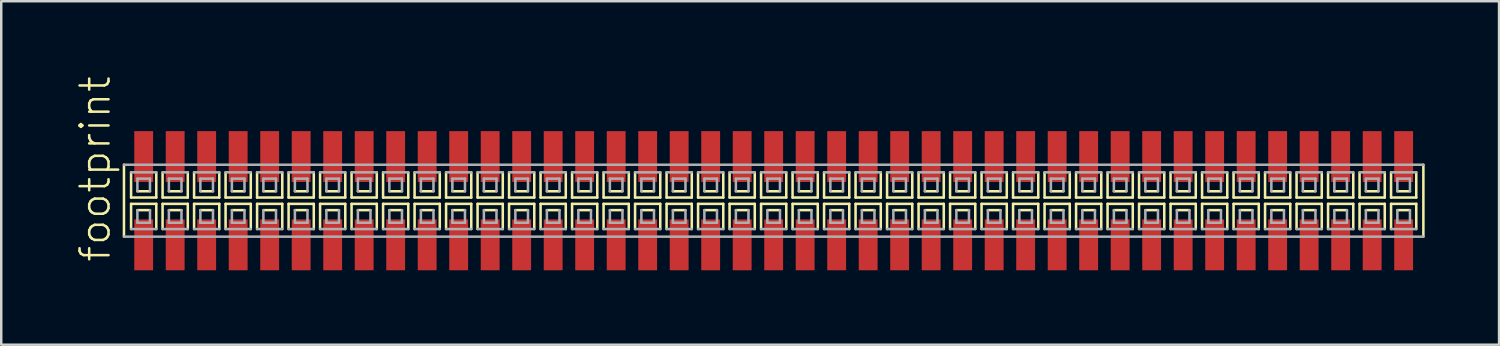
<source format=kicad_pcb>
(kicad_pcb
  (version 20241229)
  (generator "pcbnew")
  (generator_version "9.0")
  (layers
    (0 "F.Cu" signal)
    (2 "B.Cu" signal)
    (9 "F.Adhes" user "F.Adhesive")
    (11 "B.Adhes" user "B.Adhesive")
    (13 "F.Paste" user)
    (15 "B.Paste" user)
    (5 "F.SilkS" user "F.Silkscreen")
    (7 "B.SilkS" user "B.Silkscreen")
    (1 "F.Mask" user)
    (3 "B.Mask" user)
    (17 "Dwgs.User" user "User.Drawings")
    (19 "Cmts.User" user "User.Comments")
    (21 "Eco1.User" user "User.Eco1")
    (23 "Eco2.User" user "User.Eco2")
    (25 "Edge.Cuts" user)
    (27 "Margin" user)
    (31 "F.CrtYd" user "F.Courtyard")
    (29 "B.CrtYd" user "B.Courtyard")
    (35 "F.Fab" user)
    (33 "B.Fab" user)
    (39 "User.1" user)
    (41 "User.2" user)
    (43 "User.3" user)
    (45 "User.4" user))
  (footprint "footprint"
    (layer "F.Cu")
    (at 28.143 5.042)
    (property "Reference" "footprint" (at -26.67 2.54 90) (layer "F.SilkS") (effects (font (size 1.168 1.168) (thickness 0.102)) (justify left bottom)))
    (fp_line (start -26.195 -1.45) (end -26.195 1.45) (stroke (width 0.102) (type solid)) (layer "F.SilkS"))
    (fp_line (start -25.908 -1.143) (end -25.908 -0.127) (stroke (width 0.102) (type solid)) (layer "F.SilkS"))
    (fp_line (start -25.908 -0.127) (end -24.892 -0.127) (stroke (width 0.102) (type solid)) (layer "F.SilkS"))
    (fp_line (start -25.908 0.127) (end -25.908 1.143) (stroke (width 0.102) (type solid)) (layer "F.SilkS"))
    (fp_line (start -25.654 -0.381) (end -25.146 -0.381) (stroke (width 0.102) (type solid)) (layer "F.SilkS"))
    (fp_line (start -25.146 0.381) (end -25.654 0.381) (stroke (width 0.102) (type solid)) (layer "F.SilkS"))
    (fp_line (start -24.892 -0.127) (end -24.892 -1.143) (stroke (width 0.102) (type solid)) (layer "F.SilkS"))
    (fp_line (start -24.892 0.127) (end -25.908 0.127) (stroke (width 0.102) (type solid)) (layer "F.SilkS"))
    (fp_line (start -24.892 1.143) (end -24.892 0.127) (stroke (width 0.102) (type solid)) (layer "F.SilkS"))
    (fp_line (start -24.638 -1.143) (end -24.638 -0.127) (stroke (width 0.102) (type solid)) (layer "F.SilkS"))
    (fp_line (start -24.638 -0.127) (end -23.622 -0.127) (stroke (width 0.102) (type solid)) (layer "F.SilkS"))
    (fp_line (start -24.638 0.127) (end -24.638 1.143) (stroke (width 0.102) (type solid)) (layer "F.SilkS"))
    (fp_line (start -24.384 -0.381) (end -23.876 -0.381) (stroke (width 0.102) (type solid)) (layer "F.SilkS"))
    (fp_line (start -23.876 0.381) (end -24.384 0.381) (stroke (width 0.102) (type solid)) (layer "F.SilkS"))
    (fp_line (start -23.622 -0.127) (end -23.622 -1.143) (stroke (width 0.102) (type solid)) (layer "F.SilkS"))
    (fp_line (start -23.622 0.127) (end -24.638 0.127) (stroke (width 0.102) (type solid)) (layer "F.SilkS"))
    (fp_line (start -23.622 1.143) (end -23.622 0.127) (stroke (width 0.102) (type solid)) (layer "F.SilkS"))
    (fp_line (start -23.368 -1.143) (end -23.368 -0.127) (stroke (width 0.102) (type solid)) (layer "F.SilkS"))
    (fp_line (start -23.368 -0.127) (end -22.352 -0.127) (stroke (width 0.102) (type solid)) (layer "F.SilkS"))
    (fp_line (start -23.368 0.127) (end -23.368 1.143) (stroke (width 0.102) (type solid)) (layer "F.SilkS"))
    (fp_line (start -23.114 -0.381) (end -22.606 -0.381) (stroke (width 0.102) (type solid)) (layer "F.SilkS"))
    (fp_line (start -22.606 0.381) (end -23.114 0.381) (stroke (width 0.102) (type solid)) (layer "F.SilkS"))
    (fp_line (start -22.352 -0.127) (end -22.352 -1.143) (stroke (width 0.102) (type solid)) (layer "F.SilkS"))
    (fp_line (start -22.352 0.127) (end -23.368 0.127) (stroke (width 0.102) (type solid)) (layer "F.SilkS"))
    (fp_line (start -22.352 1.143) (end -22.352 0.127) (stroke (width 0.102) (type solid)) (layer "F.SilkS"))
    (fp_line (start -22.098 -1.143) (end -22.098 -0.127) (stroke (width 0.102) (type solid)) (layer "F.SilkS"))
    (fp_line (start -22.098 -0.127) (end -21.082 -0.127) (stroke (width 0.102) (type solid)) (layer "F.SilkS"))
    (fp_line (start -22.098 0.127) (end -22.098 1.143) (stroke (width 0.102) (type solid)) (layer "F.SilkS"))
    (fp_line (start -21.844 -0.381) (end -21.336 -0.381) (stroke (width 0.102) (type solid)) (layer "F.SilkS"))
    (fp_line (start -21.336 0.381) (end -21.844 0.381) (stroke (width 0.102) (type solid)) (layer "F.SilkS"))
    (fp_line (start -21.082 -0.127) (end -21.082 -1.143) (stroke (width 0.102) (type solid)) (layer "F.SilkS"))
    (fp_line (start -21.082 0.127) (end -22.098 0.127) (stroke (width 0.102) (type solid)) (layer "F.SilkS"))
    (fp_line (start -21.082 1.143) (end -21.082 0.127) (stroke (width 0.102) (type solid)) (layer "F.SilkS"))
    (fp_line (start -20.828 -1.143) (end -20.828 -0.127) (stroke (width 0.102) (type solid)) (layer "F.SilkS"))
    (fp_line (start -20.828 -0.127) (end -19.812 -0.127) (stroke (width 0.102) (type solid)) (layer "F.SilkS"))
    (fp_line (start -20.828 0.127) (end -20.828 1.143) (stroke (width 0.102) (type solid)) (layer "F.SilkS"))
    (fp_line (start -20.574 -0.381) (end -20.066 -0.381) (stroke (width 0.102) (type solid)) (layer "F.SilkS"))
    (fp_line (start -20.066 0.381) (end -20.574 0.381) (stroke (width 0.102) (type solid)) (layer "F.SilkS"))
    (fp_line (start -19.812 -0.127) (end -19.812 -1.143) (stroke (width 0.102) (type solid)) (layer "F.SilkS"))
    (fp_line (start -19.812 0.127) (end -20.828 0.127) (stroke (width 0.102) (type solid)) (layer "F.SilkS"))
    (fp_line (start -19.812 1.143) (end -19.812 0.127) (stroke (width 0.102) (type solid)) (layer "F.SilkS"))
    (fp_line (start -19.558 -1.143) (end -19.558 -0.127) (stroke (width 0.102) (type solid)) (layer "F.SilkS"))
    (fp_line (start -19.558 -0.127) (end -18.542 -0.127) (stroke (width 0.102) (type solid)) (layer "F.SilkS"))
    (fp_line (start -19.558 0.127) (end -19.558 1.143) (stroke (width 0.102) (type solid)) (layer "F.SilkS"))
    (fp_line (start -19.304 -0.381) (end -18.796 -0.381) (stroke (width 0.102) (type solid)) (layer "F.SilkS"))
    (fp_line (start -18.796 0.381) (end -19.304 0.381) (stroke (width 0.102) (type solid)) (layer "F.SilkS"))
    (fp_line (start -18.542 -0.127) (end -18.542 -1.143) (stroke (width 0.102) (type solid)) (layer "F.SilkS"))
    (fp_line (start -18.542 0.127) (end -19.558 0.127) (stroke (width 0.102) (type solid)) (layer "F.SilkS"))
    (fp_line (start -18.542 1.143) (end -18.542 0.127) (stroke (width 0.102) (type solid)) (layer "F.SilkS"))
    (fp_line (start -18.288 -1.143) (end -18.288 -0.127) (stroke (width 0.102) (type solid)) (layer "F.SilkS"))
    (fp_line (start -18.288 -0.127) (end -17.272 -0.127) (stroke (width 0.102) (type solid)) (layer "F.SilkS"))
    (fp_line (start -18.288 0.127) (end -18.288 1.143) (stroke (width 0.102) (type solid)) (layer "F.SilkS"))
    (fp_line (start -18.034 -0.381) (end -17.526 -0.381) (stroke (width 0.102) (type solid)) (layer "F.SilkS"))
    (fp_line (start -17.526 0.381) (end -18.034 0.381) (stroke (width 0.102) (type solid)) (layer "F.SilkS"))
    (fp_line (start -17.272 -0.127) (end -17.272 -1.143) (stroke (width 0.102) (type solid)) (layer "F.SilkS"))
    (fp_line (start -17.272 0.127) (end -18.288 0.127) (stroke (width 0.102) (type solid)) (layer "F.SilkS"))
    (fp_line (start -17.272 1.143) (end -17.272 0.127) (stroke (width 0.102) (type solid)) (layer "F.SilkS"))
    (fp_line (start -17.018 -1.143) (end -17.018 -0.127) (stroke (width 0.102) (type solid)) (layer "F.SilkS"))
    (fp_line (start -17.018 -0.127) (end -16.002 -0.127) (stroke (width 0.102) (type solid)) (layer "F.SilkS"))
    (fp_line (start -17.018 0.127) (end -17.018 1.143) (stroke (width 0.102) (type solid)) (layer "F.SilkS"))
    (fp_line (start -16.764 -0.381) (end -16.256 -0.381) (stroke (width 0.102) (type solid)) (layer "F.SilkS"))
    (fp_line (start -16.256 0.381) (end -16.764 0.381) (stroke (width 0.102) (type solid)) (layer "F.SilkS"))
    (fp_line (start -16.002 -0.127) (end -16.002 -1.143) (stroke (width 0.102) (type solid)) (layer "F.SilkS"))
    (fp_line (start -16.002 0.127) (end -17.018 0.127) (stroke (width 0.102) (type solid)) (layer "F.SilkS"))
    (fp_line (start -16.002 1.143) (end -16.002 0.127) (stroke (width 0.102) (type solid)) (layer "F.SilkS"))
    (fp_line (start -15.748 -1.143) (end -15.748 -0.127) (stroke (width 0.102) (type solid)) (layer "F.SilkS"))
    (fp_line (start -15.748 -0.127) (end -14.732 -0.127) (stroke (width 0.102) (type solid)) (layer "F.SilkS"))
    (fp_line (start -15.748 0.127) (end -15.748 1.143) (stroke (width 0.102) (type solid)) (layer "F.SilkS"))
    (fp_line (start -15.494 -0.381) (end -14.986 -0.381) (stroke (width 0.102) (type solid)) (layer "F.SilkS"))
    (fp_line (start -14.986 0.381) (end -15.494 0.381) (stroke (width 0.102) (type solid)) (layer "F.SilkS"))
    (fp_line (start -14.732 -0.127) (end -14.732 -1.143) (stroke (width 0.102) (type solid)) (layer "F.SilkS"))
    (fp_line (start -14.732 0.127) (end -15.748 0.127) (stroke (width 0.102) (type solid)) (layer "F.SilkS"))
    (fp_line (start -14.732 1.143) (end -14.732 0.127) (stroke (width 0.102) (type solid)) (layer "F.SilkS"))
    (fp_line (start -14.478 -1.143) (end -14.478 -0.127) (stroke (width 0.102) (type solid)) (layer "F.SilkS"))
    (fp_line (start -14.478 -0.127) (end -13.462 -0.127) (stroke (width 0.102) (type solid)) (layer "F.SilkS"))
    (fp_line (start -14.478 0.127) (end -14.478 1.143) (stroke (width 0.102) (type solid)) (layer "F.SilkS"))
    (fp_line (start -14.224 -0.381) (end -13.716 -0.381) (stroke (width 0.102) (type solid)) (layer "F.SilkS"))
    (fp_line (start -13.716 0.381) (end -14.224 0.381) (stroke (width 0.102) (type solid)) (layer "F.SilkS"))
    (fp_line (start -13.462 -0.127) (end -13.462 -1.143) (stroke (width 0.102) (type solid)) (layer "F.SilkS"))
    (fp_line (start -13.462 0.127) (end -14.478 0.127) (stroke (width 0.102) (type solid)) (layer "F.SilkS"))
    (fp_line (start -13.462 1.143) (end -13.462 0.127) (stroke (width 0.102) (type solid)) (layer "F.SilkS"))
    (fp_line (start -13.208 -1.143) (end -13.208 -0.127) (stroke (width 0.102) (type solid)) (layer "F.SilkS"))
    (fp_line (start -13.208 -0.127) (end -12.192 -0.127) (stroke (width 0.102) (type solid)) (layer "F.SilkS"))
    (fp_line (start -13.208 0.127) (end -13.208 1.143) (stroke (width 0.102) (type solid)) (layer "F.SilkS"))
    (fp_line (start -12.954 -0.381) (end -12.446 -0.381) (stroke (width 0.102) (type solid)) (layer "F.SilkS"))
    (fp_line (start -12.446 0.381) (end -12.954 0.381) (stroke (width 0.102) (type solid)) (layer "F.SilkS"))
    (fp_line (start -12.192 -0.127) (end -12.192 -1.143) (stroke (width 0.102) (type solid)) (layer "F.SilkS"))
    (fp_line (start -12.192 0.127) (end -13.208 0.127) (stroke (width 0.102) (type solid)) (layer "F.SilkS"))
    (fp_line (start -12.192 1.143) (end -12.192 0.127) (stroke (width 0.102) (type solid)) (layer "F.SilkS"))
    (fp_line (start -11.938 -1.143) (end -11.938 -0.127) (stroke (width 0.102) (type solid)) (layer "F.SilkS"))
    (fp_line (start -11.938 -0.127) (end -10.922 -0.127) (stroke (width 0.102) (type solid)) (layer "F.SilkS"))
    (fp_line (start -11.938 0.127) (end -11.938 1.143) (stroke (width 0.102) (type solid)) (layer "F.SilkS"))
    (fp_line (start -11.684 -0.381) (end -11.176 -0.381) (stroke (width 0.102) (type solid)) (layer "F.SilkS"))
    (fp_line (start -11.176 0.381) (end -11.684 0.381) (stroke (width 0.102) (type solid)) (layer "F.SilkS"))
    (fp_line (start -10.922 -0.127) (end -10.922 -1.143) (stroke (width 0.102) (type solid)) (layer "F.SilkS"))
    (fp_line (start -10.922 0.127) (end -11.938 0.127) (stroke (width 0.102) (type solid)) (layer "F.SilkS"))
    (fp_line (start -10.922 1.143) (end -10.922 0.127) (stroke (width 0.102) (type solid)) (layer "F.SilkS"))
    (fp_line (start -10.668 -1.143) (end -10.668 -0.127) (stroke (width 0.102) (type solid)) (layer "F.SilkS"))
    (fp_line (start -10.668 -0.127) (end -9.652 -0.127) (stroke (width 0.102) (type solid)) (layer "F.SilkS"))
    (fp_line (start -10.668 0.127) (end -10.668 1.143) (stroke (width 0.102) (type solid)) (layer "F.SilkS"))
    (fp_line (start -10.414 -0.381) (end -9.906 -0.381) (stroke (width 0.102) (type solid)) (layer "F.SilkS"))
    (fp_line (start -9.906 0.381) (end -10.414 0.381) (stroke (width 0.102) (type solid)) (layer "F.SilkS"))
    (fp_line (start -9.652 -0.127) (end -9.652 -1.143) (stroke (width 0.102) (type solid)) (layer "F.SilkS"))
    (fp_line (start -9.652 0.127) (end -10.668 0.127) (stroke (width 0.102) (type solid)) (layer "F.SilkS"))
    (fp_line (start -9.652 1.143) (end -9.652 0.127) (stroke (width 0.102) (type solid)) (layer "F.SilkS"))
    (fp_line (start -9.398 -1.143) (end -9.398 -0.127) (stroke (width 0.102) (type solid)) (layer "F.SilkS"))
    (fp_line (start -9.398 -0.127) (end -8.382 -0.127) (stroke (width 0.102) (type solid)) (layer "F.SilkS"))
    (fp_line (start -9.398 0.127) (end -9.398 1.143) (stroke (width 0.102) (type solid)) (layer "F.SilkS"))
    (fp_line (start -9.144 -0.381) (end -8.636 -0.381) (stroke (width 0.102) (type solid)) (layer "F.SilkS"))
    (fp_line (start -8.636 0.381) (end -9.144 0.381) (stroke (width 0.102) (type solid)) (layer "F.SilkS"))
    (fp_line (start -8.382 -0.127) (end -8.382 -1.143) (stroke (width 0.102) (type solid)) (layer "F.SilkS"))
    (fp_line (start -8.382 0.127) (end -9.398 0.127) (stroke (width 0.102) (type solid)) (layer "F.SilkS"))
    (fp_line (start -8.382 1.143) (end -8.382 0.127) (stroke (width 0.102) (type solid)) (layer "F.SilkS"))
    (fp_line (start -8.128 -1.143) (end -8.128 -0.127) (stroke (width 0.102) (type solid)) (layer "F.SilkS"))
    (fp_line (start -8.128 -0.127) (end -7.112 -0.127) (stroke (width 0.102) (type solid)) (layer "F.SilkS"))
    (fp_line (start -8.128 0.127) (end -8.128 1.143) (stroke (width 0.102) (type solid)) (layer "F.SilkS"))
    (fp_line (start -7.874 -0.381) (end -7.366 -0.381) (stroke (width 0.102) (type solid)) (layer "F.SilkS"))
    (fp_line (start -7.366 0.381) (end -7.874 0.381) (stroke (width 0.102) (type solid)) (layer "F.SilkS"))
    (fp_line (start -7.112 -0.127) (end -7.112 -1.143) (stroke (width 0.102) (type solid)) (layer "F.SilkS"))
    (fp_line (start -7.112 0.127) (end -8.128 0.127) (stroke (width 0.102) (type solid)) (layer "F.SilkS"))
    (fp_line (start -7.112 1.143) (end -7.112 0.127) (stroke (width 0.102) (type solid)) (layer "F.SilkS"))
    (fp_line (start -6.858 -1.143) (end -6.858 -0.127) (stroke (width 0.102) (type solid)) (layer "F.SilkS"))
    (fp_line (start -6.858 -0.127) (end -5.842 -0.127) (stroke (width 0.102) (type solid)) (layer "F.SilkS"))
    (fp_line (start -6.858 0.127) (end -6.858 1.143) (stroke (width 0.102) (type solid)) (layer "F.SilkS"))
    (fp_line (start -6.604 -0.381) (end -6.096 -0.381) (stroke (width 0.102) (type solid)) (layer "F.SilkS"))
    (fp_line (start -6.096 0.381) (end -6.604 0.381) (stroke (width 0.102) (type solid)) (layer "F.SilkS"))
    (fp_line (start -5.842 -0.127) (end -5.842 -1.143) (stroke (width 0.102) (type solid)) (layer "F.SilkS"))
    (fp_line (start -5.842 0.127) (end -6.858 0.127) (stroke (width 0.102) (type solid)) (layer "F.SilkS"))
    (fp_line (start -5.842 1.143) (end -5.842 0.127) (stroke (width 0.102) (type solid)) (layer "F.SilkS"))
    (fp_line (start -5.588 -1.143) (end -5.588 -0.127) (stroke (width 0.102) (type solid)) (layer "F.SilkS"))
    (fp_line (start -5.588 -0.127) (end -4.572 -0.127) (stroke (width 0.102) (type solid)) (layer "F.SilkS"))
    (fp_line (start -5.588 0.127) (end -5.588 1.143) (stroke (width 0.102) (type solid)) (layer "F.SilkS"))
    (fp_line (start -5.334 -0.381) (end -4.826 -0.381) (stroke (width 0.102) (type solid)) (layer "F.SilkS"))
    (fp_line (start -4.826 0.381) (end -5.334 0.381) (stroke (width 0.102) (type solid)) (layer "F.SilkS"))
    (fp_line (start -4.572 -0.127) (end -4.572 -1.143) (stroke (width 0.102) (type solid)) (layer "F.SilkS"))
    (fp_line (start -4.572 0.127) (end -5.588 0.127) (stroke (width 0.102) (type solid)) (layer "F.SilkS"))
    (fp_line (start -4.572 1.143) (end -4.572 0.127) (stroke (width 0.102) (type solid)) (layer "F.SilkS"))
    (fp_line (start -4.318 -1.143) (end -4.318 -0.127) (stroke (width 0.102) (type solid)) (layer "F.SilkS"))
    (fp_line (start -4.318 -0.127) (end -3.302 -0.127) (stroke (width 0.102) (type solid)) (layer "F.SilkS"))
    (fp_line (start -4.318 0.127) (end -4.318 1.143) (stroke (width 0.102) (type solid)) (layer "F.SilkS"))
    (fp_line (start -4.064 -0.381) (end -3.556 -0.381) (stroke (width 0.102) (type solid)) (layer "F.SilkS"))
    (fp_line (start -3.556 0.381) (end -4.064 0.381) (stroke (width 0.102) (type solid)) (layer "F.SilkS"))
    (fp_line (start -3.302 -0.127) (end -3.302 -1.143) (stroke (width 0.102) (type solid)) (layer "F.SilkS"))
    (fp_line (start -3.302 0.127) (end -4.318 0.127) (stroke (width 0.102) (type solid)) (layer "F.SilkS"))
    (fp_line (start -3.302 1.143) (end -3.302 0.127) (stroke (width 0.102) (type solid)) (layer "F.SilkS"))
    (fp_line (start -3.048 -1.143) (end -3.048 -0.127) (stroke (width 0.102) (type solid)) (layer "F.SilkS"))
    (fp_line (start -3.048 -0.127) (end -2.032 -0.127) (stroke (width 0.102) (type solid)) (layer "F.SilkS"))
    (fp_line (start -3.048 0.127) (end -3.048 1.143) (stroke (width 0.102) (type solid)) (layer "F.SilkS"))
    (fp_line (start -2.794 -0.381) (end -2.286 -0.381) (stroke (width 0.102) (type solid)) (layer "F.SilkS"))
    (fp_line (start -2.286 0.381) (end -2.794 0.381) (stroke (width 0.102) (type solid)) (layer "F.SilkS"))
    (fp_line (start -2.032 -0.127) (end -2.032 -1.143) (stroke (width 0.102) (type solid)) (layer "F.SilkS"))
    (fp_line (start -2.032 0.127) (end -3.048 0.127) (stroke (width 0.102) (type solid)) (layer "F.SilkS"))
    (fp_line (start -2.032 1.143) (end -2.032 0.127) (stroke (width 0.102) (type solid)) (layer "F.SilkS"))
    (fp_line (start -1.778 -1.143) (end -1.778 -0.127) (stroke (width 0.102) (type solid)) (layer "F.SilkS"))
    (fp_line (start -1.778 -0.127) (end -0.762 -0.127) (stroke (width 0.102) (type solid)) (layer "F.SilkS"))
    (fp_line (start -1.778 0.127) (end -1.778 1.143) (stroke (width 0.102) (type solid)) (layer "F.SilkS"))
    (fp_line (start -1.524 -0.381) (end -1.016 -0.381) (stroke (width 0.102) (type solid)) (layer "F.SilkS"))
    (fp_line (start -1.016 0.381) (end -1.524 0.381) (stroke (width 0.102) (type solid)) (layer "F.SilkS"))
    (fp_line (start -0.762 -0.127) (end -0.762 -1.143) (stroke (width 0.102) (type solid)) (layer "F.SilkS"))
    (fp_line (start -0.762 0.127) (end -1.778 0.127) (stroke (width 0.102) (type solid)) (layer "F.SilkS"))
    (fp_line (start -0.762 1.143) (end -0.762 0.127) (stroke (width 0.102) (type solid)) (layer "F.SilkS"))
    (fp_line (start -0.508 -1.143) (end -0.508 -0.127) (stroke (width 0.102) (type solid)) (layer "F.SilkS"))
    (fp_line (start -0.508 -0.127) (end 0.508 -0.127) (stroke (width 0.102) (type solid)) (layer "F.SilkS"))
    (fp_line (start -0.508 0.127) (end -0.508 1.143) (stroke (width 0.102) (type solid)) (layer "F.SilkS"))
    (fp_line (start -0.254 -0.381) (end 0.254 -0.381) (stroke (width 0.102) (type solid)) (layer "F.SilkS"))
    (fp_line (start 0.254 0.381) (end -0.254 0.381) (stroke (width 0.102) (type solid)) (layer "F.SilkS"))
    (fp_line (start 0.508 -0.127) (end 0.508 -1.143) (stroke (width 0.102) (type solid)) (layer "F.SilkS"))
    (fp_line (start 0.508 0.127) (end -0.508 0.127) (stroke (width 0.102) (type solid)) (layer "F.SilkS"))
    (fp_line (start 0.508 1.143) (end 0.508 0.127) (stroke (width 0.102) (type solid)) (layer "F.SilkS"))
    (fp_line (start 0.762 -1.143) (end 0.762 -0.127) (stroke (width 0.102) (type solid)) (layer "F.SilkS"))
    (fp_line (start 0.762 -0.127) (end 1.778 -0.127) (stroke (width 0.102) (type solid)) (layer "F.SilkS"))
    (fp_line (start 0.762 0.127) (end 0.762 1.143) (stroke (width 0.102) (type solid)) (layer "F.SilkS"))
    (fp_line (start 1.016 -0.381) (end 1.524 -0.381) (stroke (width 0.102) (type solid)) (layer "F.SilkS"))
    (fp_line (start 1.524 0.381) (end 1.016 0.381) (stroke (width 0.102) (type solid)) (layer "F.SilkS"))
    (fp_line (start 1.778 -0.127) (end 1.778 -1.143) (stroke (width 0.102) (type solid)) (layer "F.SilkS"))
    (fp_line (start 1.778 0.127) (end 0.762 0.127) (stroke (width 0.102) (type solid)) (layer "F.SilkS"))
    (fp_line (start 1.778 1.143) (end 1.778 0.127) (stroke (width 0.102) (type solid)) (layer "F.SilkS"))
    (fp_line (start 2.032 -1.143) (end 2.032 -0.127) (stroke (width 0.102) (type solid)) (layer "F.SilkS"))
    (fp_line (start 2.032 -0.127) (end 3.048 -0.127) (stroke (width 0.102) (type solid)) (layer "F.SilkS"))
    (fp_line (start 2.032 0.127) (end 2.032 1.143) (stroke (width 0.102) (type solid)) (layer "F.SilkS"))
    (fp_line (start 2.286 -0.381) (end 2.794 -0.381) (stroke (width 0.102) (type solid)) (layer "F.SilkS"))
    (fp_line (start 2.794 0.381) (end 2.286 0.381) (stroke (width 0.102) (type solid)) (layer "F.SilkS"))
    (fp_line (start 3.048 -0.127) (end 3.048 -1.143) (stroke (width 0.102) (type solid)) (layer "F.SilkS"))
    (fp_line (start 3.048 0.127) (end 2.032 0.127) (stroke (width 0.102) (type solid)) (layer "F.SilkS"))
    (fp_line (start 3.048 1.143) (end 3.048 0.127) (stroke (width 0.102) (type solid)) (layer "F.SilkS"))
    (fp_line (start 3.302 -1.143) (end 3.302 -0.127) (stroke (width 0.102) (type solid)) (layer "F.SilkS"))
    (fp_line (start 3.302 -0.127) (end 4.318 -0.127) (stroke (width 0.102) (type solid)) (layer "F.SilkS"))
    (fp_line (start 3.302 0.127) (end 3.302 1.143) (stroke (width 0.102) (type solid)) (layer "F.SilkS"))
    (fp_line (start 3.556 -0.381) (end 4.064 -0.381) (stroke (width 0.102) (type solid)) (layer "F.SilkS"))
    (fp_line (start 4.064 0.381) (end 3.556 0.381) (stroke (width 0.102) (type solid)) (layer "F.SilkS"))
    (fp_line (start 4.318 -0.127) (end 4.318 -1.143) (stroke (width 0.102) (type solid)) (layer "F.SilkS"))
    (fp_line (start 4.318 0.127) (end 3.302 0.127) (stroke (width 0.102) (type solid)) (layer "F.SilkS"))
    (fp_line (start 4.318 1.143) (end 4.318 0.127) (stroke (width 0.102) (type solid)) (layer "F.SilkS"))
    (fp_line (start 4.572 -1.143) (end 4.572 -0.127) (stroke (width 0.102) (type solid)) (layer "F.SilkS"))
    (fp_line (start 4.572 -0.127) (end 5.588 -0.127) (stroke (width 0.102) (type solid)) (layer "F.SilkS"))
    (fp_line (start 4.572 0.127) (end 4.572 1.143) (stroke (width 0.102) (type solid)) (layer "F.SilkS"))
    (fp_line (start 4.826 -0.381) (end 5.334 -0.381) (stroke (width 0.102) (type solid)) (layer "F.SilkS"))
    (fp_line (start 5.334 0.381) (end 4.826 0.381) (stroke (width 0.102) (type solid)) (layer "F.SilkS"))
    (fp_line (start 5.588 -0.127) (end 5.588 -1.143) (stroke (width 0.102) (type solid)) (layer "F.SilkS"))
    (fp_line (start 5.588 0.127) (end 4.572 0.127) (stroke (width 0.102) (type solid)) (layer "F.SilkS"))
    (fp_line (start 5.588 1.143) (end 5.588 0.127) (stroke (width 0.102) (type solid)) (layer "F.SilkS"))
    (fp_line (start 5.842 -1.143) (end 5.842 -0.127) (stroke (width 0.102) (type solid)) (layer "F.SilkS"))
    (fp_line (start 5.842 -0.127) (end 6.858 -0.127) (stroke (width 0.102) (type solid)) (layer "F.SilkS"))
    (fp_line (start 5.842 0.127) (end 5.842 1.143) (stroke (width 0.102) (type solid)) (layer "F.SilkS"))
    (fp_line (start 6.096 -0.381) (end 6.604 -0.381) (stroke (width 0.102) (type solid)) (layer "F.SilkS"))
    (fp_line (start 6.604 0.381) (end 6.096 0.381) (stroke (width 0.102) (type solid)) (layer "F.SilkS"))
    (fp_line (start 6.858 -0.127) (end 6.858 -1.143) (stroke (width 0.102) (type solid)) (layer "F.SilkS"))
    (fp_line (start 6.858 0.127) (end 5.842 0.127) (stroke (width 0.102) (type solid)) (layer "F.SilkS"))
    (fp_line (start 6.858 1.143) (end 6.858 0.127) (stroke (width 0.102) (type solid)) (layer "F.SilkS"))
    (fp_line (start 7.112 -1.143) (end 7.112 -0.127) (stroke (width 0.102) (type solid)) (layer "F.SilkS"))
    (fp_line (start 7.112 -0.127) (end 8.128 -0.127) (stroke (width 0.102) (type solid)) (layer "F.SilkS"))
    (fp_line (start 7.112 0.127) (end 7.112 1.143) (stroke (width 0.102) (type solid)) (layer "F.SilkS"))
    (fp_line (start 7.366 -0.381) (end 7.874 -0.381) (stroke (width 0.102) (type solid)) (layer "F.SilkS"))
    (fp_line (start 7.874 0.381) (end 7.366 0.381) (stroke (width 0.102) (type solid)) (layer "F.SilkS"))
    (fp_line (start 8.128 -0.127) (end 8.128 -1.143) (stroke (width 0.102) (type solid)) (layer "F.SilkS"))
    (fp_line (start 8.128 0.127) (end 7.112 0.127) (stroke (width 0.102) (type solid)) (layer "F.SilkS"))
    (fp_line (start 8.128 1.143) (end 8.128 0.127) (stroke (width 0.102) (type solid)) (layer "F.SilkS"))
    (fp_line (start 8.382 -1.143) (end 8.382 -0.127) (stroke (width 0.102) (type solid)) (layer "F.SilkS"))
    (fp_line (start 8.382 -0.127) (end 9.398 -0.127) (stroke (width 0.102) (type solid)) (layer "F.SilkS"))
    (fp_line (start 8.382 0.127) (end 8.382 1.143) (stroke (width 0.102) (type solid)) (layer "F.SilkS"))
    (fp_line (start 8.636 -0.381) (end 9.144 -0.381) (stroke (width 0.102) (type solid)) (layer "F.SilkS"))
    (fp_line (start 9.144 0.381) (end 8.636 0.381) (stroke (width 0.102) (type solid)) (layer "F.SilkS"))
    (fp_line (start 9.398 -0.127) (end 9.398 -1.143) (stroke (width 0.102) (type solid)) (layer "F.SilkS"))
    (fp_line (start 9.398 0.127) (end 8.382 0.127) (stroke (width 0.102) (type solid)) (layer "F.SilkS"))
    (fp_line (start 9.398 1.143) (end 9.398 0.127) (stroke (width 0.102) (type solid)) (layer "F.SilkS"))
    (fp_line (start 9.652 -1.143) (end 9.652 -0.127) (stroke (width 0.102) (type solid)) (layer "F.SilkS"))
    (fp_line (start 9.652 -0.127) (end 10.668 -0.127) (stroke (width 0.102) (type solid)) (layer "F.SilkS"))
    (fp_line (start 9.652 0.127) (end 9.652 1.143) (stroke (width 0.102) (type solid)) (layer "F.SilkS"))
    (fp_line (start 9.906 -0.381) (end 10.414 -0.381) (stroke (width 0.102) (type solid)) (layer "F.SilkS"))
    (fp_line (start 10.414 0.381) (end 9.906 0.381) (stroke (width 0.102) (type solid)) (layer "F.SilkS"))
    (fp_line (start 10.668 -0.127) (end 10.668 -1.143) (stroke (width 0.102) (type solid)) (layer "F.SilkS"))
    (fp_line (start 10.668 0.127) (end 9.652 0.127) (stroke (width 0.102) (type solid)) (layer "F.SilkS"))
    (fp_line (start 10.668 1.143) (end 10.668 0.127) (stroke (width 0.102) (type solid)) (layer "F.SilkS"))
    (fp_line (start 10.922 -1.143) (end 10.922 -0.127) (stroke (width 0.102) (type solid)) (layer "F.SilkS"))
    (fp_line (start 10.922 -0.127) (end 11.938 -0.127) (stroke (width 0.102) (type solid)) (layer "F.SilkS"))
    (fp_line (start 10.922 0.127) (end 10.922 1.143) (stroke (width 0.102) (type solid)) (layer "F.SilkS"))
    (fp_line (start 11.176 -0.381) (end 11.684 -0.381) (stroke (width 0.102) (type solid)) (layer "F.SilkS"))
    (fp_line (start 11.684 0.381) (end 11.176 0.381) (stroke (width 0.102) (type solid)) (layer "F.SilkS"))
    (fp_line (start 11.938 -0.127) (end 11.938 -1.143) (stroke (width 0.102) (type solid)) (layer "F.SilkS"))
    (fp_line (start 11.938 0.127) (end 10.922 0.127) (stroke (width 0.102) (type solid)) (layer "F.SilkS"))
    (fp_line (start 11.938 1.143) (end 11.938 0.127) (stroke (width 0.102) (type solid)) (layer "F.SilkS"))
    (fp_line (start 12.192 -1.143) (end 12.192 -0.127) (stroke (width 0.102) (type solid)) (layer "F.SilkS"))
    (fp_line (start 12.192 -0.127) (end 13.208 -0.127) (stroke (width 0.102) (type solid)) (layer "F.SilkS"))
    (fp_line (start 12.192 0.127) (end 12.192 1.143) (stroke (width 0.102) (type solid)) (layer "F.SilkS"))
    (fp_line (start 12.446 -0.381) (end 12.954 -0.381) (stroke (width 0.102) (type solid)) (layer "F.SilkS"))
    (fp_line (start 12.954 0.381) (end 12.446 0.381) (stroke (width 0.102) (type solid)) (layer "F.SilkS"))
    (fp_line (start 13.208 -0.127) (end 13.208 -1.143) (stroke (width 0.102) (type solid)) (layer "F.SilkS"))
    (fp_line (start 13.208 0.127) (end 12.192 0.127) (stroke (width 0.102) (type solid)) (layer "F.SilkS"))
    (fp_line (start 13.208 1.143) (end 13.208 0.127) (stroke (width 0.102) (type solid)) (layer "F.SilkS"))
    (fp_line (start 13.462 -1.143) (end 13.462 -0.127) (stroke (width 0.102) (type solid)) (layer "F.SilkS"))
    (fp_line (start 13.462 -0.127) (end 14.478 -0.127) (stroke (width 0.102) (type solid)) (layer "F.SilkS"))
    (fp_line (start 13.462 0.127) (end 13.462 1.143) (stroke (width 0.102) (type solid)) (layer "F.SilkS"))
    (fp_line (start 13.716 -0.381) (end 14.224 -0.381) (stroke (width 0.102) (type solid)) (layer "F.SilkS"))
    (fp_line (start 14.224 0.381) (end 13.716 0.381) (stroke (width 0.102) (type solid)) (layer "F.SilkS"))
    (fp_line (start 14.478 -0.127) (end 14.478 -1.143) (stroke (width 0.102) (type solid)) (layer "F.SilkS"))
    (fp_line (start 14.478 0.127) (end 13.462 0.127) (stroke (width 0.102) (type solid)) (layer "F.SilkS"))
    (fp_line (start 14.478 1.143) (end 14.478 0.127) (stroke (width 0.102) (type solid)) (layer "F.SilkS"))
    (fp_line (start 14.732 -1.143) (end 14.732 -0.127) (stroke (width 0.102) (type solid)) (layer "F.SilkS"))
    (fp_line (start 14.732 -0.127) (end 15.748 -0.127) (stroke (width 0.102) (type solid)) (layer "F.SilkS"))
    (fp_line (start 14.732 0.127) (end 14.732 1.143) (stroke (width 0.102) (type solid)) (layer "F.SilkS"))
    (fp_line (start 14.986 -0.381) (end 15.494 -0.381) (stroke (width 0.102) (type solid)) (layer "F.SilkS"))
    (fp_line (start 15.494 0.381) (end 14.986 0.381) (stroke (width 0.102) (type solid)) (layer "F.SilkS"))
    (fp_line (start 15.748 -0.127) (end 15.748 -1.143) (stroke (width 0.102) (type solid)) (layer "F.SilkS"))
    (fp_line (start 15.748 0.127) (end 14.732 0.127) (stroke (width 0.102) (type solid)) (layer "F.SilkS"))
    (fp_line (start 15.748 1.143) (end 15.748 0.127) (stroke (width 0.102) (type solid)) (layer "F.SilkS"))
    (fp_line (start 16.002 -1.143) (end 16.002 -0.127) (stroke (width 0.102) (type solid)) (layer "F.SilkS"))
    (fp_line (start 16.002 -0.127) (end 17.018 -0.127) (stroke (width 0.102) (type solid)) (layer "F.SilkS"))
    (fp_line (start 16.002 0.127) (end 16.002 1.143) (stroke (width 0.102) (type solid)) (layer "F.SilkS"))
    (fp_line (start 16.256 -0.381) (end 16.764 -0.381) (stroke (width 0.102) (type solid)) (layer "F.SilkS"))
    (fp_line (start 16.764 0.381) (end 16.256 0.381) (stroke (width 0.102) (type solid)) (layer "F.SilkS"))
    (fp_line (start 17.018 -0.127) (end 17.018 -1.143) (stroke (width 0.102) (type solid)) (layer "F.SilkS"))
    (fp_line (start 17.018 0.127) (end 16.002 0.127) (stroke (width 0.102) (type solid)) (layer "F.SilkS"))
    (fp_line (start 17.018 1.143) (end 17.018 0.127) (stroke (width 0.102) (type solid)) (layer "F.SilkS"))
    (fp_line (start 17.272 -1.143) (end 17.272 -0.127) (stroke (width 0.102) (type solid)) (layer "F.SilkS"))
    (fp_line (start 17.272 -0.127) (end 18.288 -0.127) (stroke (width 0.102) (type solid)) (layer "F.SilkS"))
    (fp_line (start 17.272 0.127) (end 17.272 1.143) (stroke (width 0.102) (type solid)) (layer "F.SilkS"))
    (fp_line (start 17.526 -0.381) (end 18.034 -0.381) (stroke (width 0.102) (type solid)) (layer "F.SilkS"))
    (fp_line (start 18.034 0.381) (end 17.526 0.381) (stroke (width 0.102) (type solid)) (layer "F.SilkS"))
    (fp_line (start 18.288 -0.127) (end 18.288 -1.143) (stroke (width 0.102) (type solid)) (layer "F.SilkS"))
    (fp_line (start 18.288 0.127) (end 17.272 0.127) (stroke (width 0.102) (type solid)) (layer "F.SilkS"))
    (fp_line (start 18.288 1.143) (end 18.288 0.127) (stroke (width 0.102) (type solid)) (layer "F.SilkS"))
    (fp_line (start 18.542 -1.143) (end 18.542 -0.127) (stroke (width 0.102) (type solid)) (layer "F.SilkS"))
    (fp_line (start 18.542 -0.127) (end 19.558 -0.127) (stroke (width 0.102) (type solid)) (layer "F.SilkS"))
    (fp_line (start 18.542 0.127) (end 18.542 1.143) (stroke (width 0.102) (type solid)) (layer "F.SilkS"))
    (fp_line (start 18.796 -0.381) (end 19.304 -0.381) (stroke (width 0.102) (type solid)) (layer "F.SilkS"))
    (fp_line (start 19.304 0.381) (end 18.796 0.381) (stroke (width 0.102) (type solid)) (layer "F.SilkS"))
    (fp_line (start 19.558 -0.127) (end 19.558 -1.143) (stroke (width 0.102) (type solid)) (layer "F.SilkS"))
    (fp_line (start 19.558 0.127) (end 18.542 0.127) (stroke (width 0.102) (type solid)) (layer "F.SilkS"))
    (fp_line (start 19.558 1.143) (end 19.558 0.127) (stroke (width 0.102) (type solid)) (layer "F.SilkS"))
    (fp_line (start 19.812 -1.143) (end 19.812 -0.127) (stroke (width 0.102) (type solid)) (layer "F.SilkS"))
    (fp_line (start 19.812 -0.127) (end 20.828 -0.127) (stroke (width 0.102) (type solid)) (layer "F.SilkS"))
    (fp_line (start 19.812 0.127) (end 19.812 1.143) (stroke (width 0.102) (type solid)) (layer "F.SilkS"))
    (fp_line (start 20.066 -0.381) (end 20.574 -0.381) (stroke (width 0.102) (type solid)) (layer "F.SilkS"))
    (fp_line (start 20.574 0.381) (end 20.066 0.381) (stroke (width 0.102) (type solid)) (layer "F.SilkS"))
    (fp_line (start 20.828 -0.127) (end 20.828 -1.143) (stroke (width 0.102) (type solid)) (layer "F.SilkS"))
    (fp_line (start 20.828 0.127) (end 19.812 0.127) (stroke (width 0.102) (type solid)) (layer "F.SilkS"))
    (fp_line (start 20.828 1.143) (end 20.828 0.127) (stroke (width 0.102) (type solid)) (layer "F.SilkS"))
    (fp_line (start 21.082 -1.143) (end 21.082 -0.127) (stroke (width 0.102) (type solid)) (layer "F.SilkS"))
    (fp_line (start 21.082 -0.127) (end 22.098 -0.127) (stroke (width 0.102) (type solid)) (layer "F.SilkS"))
    (fp_line (start 21.082 0.127) (end 21.082 1.143) (stroke (width 0.102) (type solid)) (layer "F.SilkS"))
    (fp_line (start 21.336 -0.381) (end 21.844 -0.381) (stroke (width 0.102) (type solid)) (layer "F.SilkS"))
    (fp_line (start 21.844 0.381) (end 21.336 0.381) (stroke (width 0.102) (type solid)) (layer "F.SilkS"))
    (fp_line (start 22.098 -0.127) (end 22.098 -1.143) (stroke (width 0.102) (type solid)) (layer "F.SilkS"))
    (fp_line (start 22.098 0.127) (end 21.082 0.127) (stroke (width 0.102) (type solid)) (layer "F.SilkS"))
    (fp_line (start 22.098 1.143) (end 22.098 0.127) (stroke (width 0.102) (type solid)) (layer "F.SilkS"))
    (fp_line (start 22.352 -1.143) (end 22.352 -0.127) (stroke (width 0.102) (type solid)) (layer "F.SilkS"))
    (fp_line (start 22.352 -0.127) (end 23.368 -0.127) (stroke (width 0.102) (type solid)) (layer "F.SilkS"))
    (fp_line (start 22.352 0.127) (end 22.352 1.143) (stroke (width 0.102) (type solid)) (layer "F.SilkS"))
    (fp_line (start 22.606 -0.381) (end 23.114 -0.381) (stroke (width 0.102) (type solid)) (layer "F.SilkS"))
    (fp_line (start 23.114 0.381) (end 22.606 0.381) (stroke (width 0.102) (type solid)) (layer "F.SilkS"))
    (fp_line (start 23.368 -0.127) (end 23.368 -1.143) (stroke (width 0.102) (type solid)) (layer "F.SilkS"))
    (fp_line (start 23.368 0.127) (end 22.352 0.127) (stroke (width 0.102) (type solid)) (layer "F.SilkS"))
    (fp_line (start 23.368 1.143) (end 23.368 0.127) (stroke (width 0.102) (type solid)) (layer "F.SilkS"))
    (fp_line (start 23.622 -1.143) (end 23.622 -0.127) (stroke (width 0.102) (type solid)) (layer "F.SilkS"))
    (fp_line (start 23.622 -0.127) (end 24.638 -0.127) (stroke (width 0.102) (type solid)) (layer "F.SilkS"))
    (fp_line (start 23.622 0.127) (end 23.622 1.143) (stroke (width 0.102) (type solid)) (layer "F.SilkS"))
    (fp_line (start 23.876 -0.381) (end 24.384 -0.381) (stroke (width 0.102) (type solid)) (layer "F.SilkS"))
    (fp_line (start 24.384 0.381) (end 23.876 0.381) (stroke (width 0.102) (type solid)) (layer "F.SilkS"))
    (fp_line (start 24.638 -0.127) (end 24.638 -1.143) (stroke (width 0.102) (type solid)) (layer "F.SilkS"))
    (fp_line (start 24.638 0.127) (end 23.622 0.127) (stroke (width 0.102) (type solid)) (layer "F.SilkS"))
    (fp_line (start 24.638 1.143) (end 24.638 0.127) (stroke (width 0.102) (type solid)) (layer "F.SilkS"))
    (fp_line (start 24.892 -1.143) (end 24.892 -0.127) (stroke (width 0.102) (type solid)) (layer "F.SilkS"))
    (fp_line (start 24.892 -0.127) (end 25.908 -0.127) (stroke (width 0.102) (type solid)) (layer "F.SilkS"))
    (fp_line (start 24.892 0.127) (end 24.892 1.143) (stroke (width 0.102) (type solid)) (layer "F.SilkS"))
    (fp_line (start 25.146 -0.381) (end 25.654 -0.381) (stroke (width 0.102) (type solid)) (layer "F.SilkS"))
    (fp_line (start 25.654 0.381) (end 25.146 0.381) (stroke (width 0.102) (type solid)) (layer "F.SilkS"))
    (fp_line (start 25.908 -0.127) (end 25.908 -1.143) (stroke (width 0.102) (type solid)) (layer "F.SilkS"))
    (fp_line (start 25.908 0.127) (end 24.892 0.127) (stroke (width 0.102) (type solid)) (layer "F.SilkS"))
    (fp_line (start 25.908 1.143) (end 25.908 0.127) (stroke (width 0.102) (type solid)) (layer "F.SilkS"))
    (fp_line (start 26.195 1.45) (end 26.195 -1.45) (stroke (width 0.102) (type solid)) (layer "F.SilkS"))
    (fp_line (start -26.195 1.45) (end 26.195 1.45) (stroke (width 0.102) (type solid)) (layer "F.Fab"))
    (fp_line (start -25.908 1.143) (end -24.892 1.143) (stroke (width 0.102) (type solid)) (layer "F.Fab"))
    (fp_line (start -25.654 -0.889) (end -25.654 -0.381) (stroke (width 0.102) (type solid)) (layer "F.Fab"))
    (fp_line (start -25.654 0.381) (end -25.654 0.889) (stroke (width 0.102) (type solid)) (layer "F.Fab"))
    (fp_line (start -25.654 0.889) (end -25.146 0.889) (stroke (width 0.102) (type solid)) (layer "F.Fab"))
    (fp_line (start -25.146 -0.889) (end -25.654 -0.889) (stroke (width 0.102) (type solid)) (layer "F.Fab"))
    (fp_line (start -25.146 -0.381) (end -25.146 -0.889) (stroke (width 0.102) (type solid)) (layer "F.Fab"))
    (fp_line (start -25.146 0.889) (end -25.146 0.381) (stroke (width 0.102) (type solid)) (layer "F.Fab"))
    (fp_line (start -24.892 -1.143) (end -25.908 -1.143) (stroke (width 0.102) (type solid)) (layer "F.Fab"))
    (fp_line (start -24.638 1.143) (end -23.622 1.143) (stroke (width 0.102) (type solid)) (layer "F.Fab"))
    (fp_line (start -24.384 -0.889) (end -24.384 -0.381) (stroke (width 0.102) (type solid)) (layer "F.Fab"))
    (fp_line (start -24.384 0.381) (end -24.384 0.889) (stroke (width 0.102) (type solid)) (layer "F.Fab"))
    (fp_line (start -24.384 0.889) (end -23.876 0.889) (stroke (width 0.102) (type solid)) (layer "F.Fab"))
    (fp_line (start -23.876 -0.889) (end -24.384 -0.889) (stroke (width 0.102) (type solid)) (layer "F.Fab"))
    (fp_line (start -23.876 -0.381) (end -23.876 -0.889) (stroke (width 0.102) (type solid)) (layer "F.Fab"))
    (fp_line (start -23.876 0.889) (end -23.876 0.381) (stroke (width 0.102) (type solid)) (layer "F.Fab"))
    (fp_line (start -23.622 -1.143) (end -24.638 -1.143) (stroke (width 0.102) (type solid)) (layer "F.Fab"))
    (fp_line (start -23.368 1.143) (end -22.352 1.143) (stroke (width 0.102) (type solid)) (layer "F.Fab"))
    (fp_line (start -23.114 -0.889) (end -23.114 -0.381) (stroke (width 0.102) (type solid)) (layer "F.Fab"))
    (fp_line (start -23.114 0.381) (end -23.114 0.889) (stroke (width 0.102) (type solid)) (layer "F.Fab"))
    (fp_line (start -23.114 0.889) (end -22.606 0.889) (stroke (width 0.102) (type solid)) (layer "F.Fab"))
    (fp_line (start -22.606 -0.889) (end -23.114 -0.889) (stroke (width 0.102) (type solid)) (layer "F.Fab"))
    (fp_line (start -22.606 -0.381) (end -22.606 -0.889) (stroke (width 0.102) (type solid)) (layer "F.Fab"))
    (fp_line (start -22.606 0.889) (end -22.606 0.381) (stroke (width 0.102) (type solid)) (layer "F.Fab"))
    (fp_line (start -22.352 -1.143) (end -23.368 -1.143) (stroke (width 0.102) (type solid)) (layer "F.Fab"))
    (fp_line (start -22.098 1.143) (end -21.082 1.143) (stroke (width 0.102) (type solid)) (layer "F.Fab"))
    (fp_line (start -21.844 -0.889) (end -21.844 -0.381) (stroke (width 0.102) (type solid)) (layer "F.Fab"))
    (fp_line (start -21.844 0.381) (end -21.844 0.889) (stroke (width 0.102) (type solid)) (layer "F.Fab"))
    (fp_line (start -21.844 0.889) (end -21.336 0.889) (stroke (width 0.102) (type solid)) (layer "F.Fab"))
    (fp_line (start -21.336 -0.889) (end -21.844 -0.889) (stroke (width 0.102) (type solid)) (layer "F.Fab"))
    (fp_line (start -21.336 -0.381) (end -21.336 -0.889) (stroke (width 0.102) (type solid)) (layer "F.Fab"))
    (fp_line (start -21.336 0.889) (end -21.336 0.381) (stroke (width 0.102) (type solid)) (layer "F.Fab"))
    (fp_line (start -21.082 -1.143) (end -22.098 -1.143) (stroke (width 0.102) (type solid)) (layer "F.Fab"))
    (fp_line (start -20.828 1.143) (end -19.812 1.143) (stroke (width 0.102) (type solid)) (layer "F.Fab"))
    (fp_line (start -20.574 -0.889) (end -20.574 -0.381) (stroke (width 0.102) (type solid)) (layer "F.Fab"))
    (fp_line (start -20.574 0.381) (end -20.574 0.889) (stroke (width 0.102) (type solid)) (layer "F.Fab"))
    (fp_line (start -20.574 0.889) (end -20.066 0.889) (stroke (width 0.102) (type solid)) (layer "F.Fab"))
    (fp_line (start -20.066 -0.889) (end -20.574 -0.889) (stroke (width 0.102) (type solid)) (layer "F.Fab"))
    (fp_line (start -20.066 -0.381) (end -20.066 -0.889) (stroke (width 0.102) (type solid)) (layer "F.Fab"))
    (fp_line (start -20.066 0.889) (end -20.066 0.381) (stroke (width 0.102) (type solid)) (layer "F.Fab"))
    (fp_line (start -19.812 -1.143) (end -20.828 -1.143) (stroke (width 0.102) (type solid)) (layer "F.Fab"))
    (fp_line (start -19.558 1.143) (end -18.542 1.143) (stroke (width 0.102) (type solid)) (layer "F.Fab"))
    (fp_line (start -19.304 -0.889) (end -19.304 -0.381) (stroke (width 0.102) (type solid)) (layer "F.Fab"))
    (fp_line (start -19.304 0.381) (end -19.304 0.889) (stroke (width 0.102) (type solid)) (layer "F.Fab"))
    (fp_line (start -19.304 0.889) (end -18.796 0.889) (stroke (width 0.102) (type solid)) (layer "F.Fab"))
    (fp_line (start -18.796 -0.889) (end -19.304 -0.889) (stroke (width 0.102) (type solid)) (layer "F.Fab"))
    (fp_line (start -18.796 -0.381) (end -18.796 -0.889) (stroke (width 0.102) (type solid)) (layer "F.Fab"))
    (fp_line (start -18.796 0.889) (end -18.796 0.381) (stroke (width 0.102) (type solid)) (layer "F.Fab"))
    (fp_line (start -18.542 -1.143) (end -19.558 -1.143) (stroke (width 0.102) (type solid)) (layer "F.Fab"))
    (fp_line (start -18.288 1.143) (end -17.272 1.143) (stroke (width 0.102) (type solid)) (layer "F.Fab"))
    (fp_line (start -18.034 -0.889) (end -18.034 -0.381) (stroke (width 0.102) (type solid)) (layer "F.Fab"))
    (fp_line (start -18.034 0.381) (end -18.034 0.889) (stroke (width 0.102) (type solid)) (layer "F.Fab"))
    (fp_line (start -18.034 0.889) (end -17.526 0.889) (stroke (width 0.102) (type solid)) (layer "F.Fab"))
    (fp_line (start -17.526 -0.889) (end -18.034 -0.889) (stroke (width 0.102) (type solid)) (layer "F.Fab"))
    (fp_line (start -17.526 -0.381) (end -17.526 -0.889) (stroke (width 0.102) (type solid)) (layer "F.Fab"))
    (fp_line (start -17.526 0.889) (end -17.526 0.381) (stroke (width 0.102) (type solid)) (layer "F.Fab"))
    (fp_line (start -17.272 -1.143) (end -18.288 -1.143) (stroke (width 0.102) (type solid)) (layer "F.Fab"))
    (fp_line (start -17.018 1.143) (end -16.002 1.143) (stroke (width 0.102) (type solid)) (layer "F.Fab"))
    (fp_line (start -16.764 -0.889) (end -16.764 -0.381) (stroke (width 0.102) (type solid)) (layer "F.Fab"))
    (fp_line (start -16.764 0.381) (end -16.764 0.889) (stroke (width 0.102) (type solid)) (layer "F.Fab"))
    (fp_line (start -16.764 0.889) (end -16.256 0.889) (stroke (width 0.102) (type solid)) (layer "F.Fab"))
    (fp_line (start -16.256 -0.889) (end -16.764 -0.889) (stroke (width 0.102) (type solid)) (layer "F.Fab"))
    (fp_line (start -16.256 -0.381) (end -16.256 -0.889) (stroke (width 0.102) (type solid)) (layer "F.Fab"))
    (fp_line (start -16.256 0.889) (end -16.256 0.381) (stroke (width 0.102) (type solid)) (layer "F.Fab"))
    (fp_line (start -16.002 -1.143) (end -17.018 -1.143) (stroke (width 0.102) (type solid)) (layer "F.Fab"))
    (fp_line (start -15.748 1.143) (end -14.732 1.143) (stroke (width 0.102) (type solid)) (layer "F.Fab"))
    (fp_line (start -15.494 -0.889) (end -15.494 -0.381) (stroke (width 0.102) (type solid)) (layer "F.Fab"))
    (fp_line (start -15.494 0.381) (end -15.494 0.889) (stroke (width 0.102) (type solid)) (layer "F.Fab"))
    (fp_line (start -15.494 0.889) (end -14.986 0.889) (stroke (width 0.102) (type solid)) (layer "F.Fab"))
    (fp_line (start -14.986 -0.889) (end -15.494 -0.889) (stroke (width 0.102) (type solid)) (layer "F.Fab"))
    (fp_line (start -14.986 -0.381) (end -14.986 -0.889) (stroke (width 0.102) (type solid)) (layer "F.Fab"))
    (fp_line (start -14.986 0.889) (end -14.986 0.381) (stroke (width 0.102) (type solid)) (layer "F.Fab"))
    (fp_line (start -14.732 -1.143) (end -15.748 -1.143) (stroke (width 0.102) (type solid)) (layer "F.Fab"))
    (fp_line (start -14.478 1.143) (end -13.462 1.143) (stroke (width 0.102) (type solid)) (layer "F.Fab"))
    (fp_line (start -14.224 -0.889) (end -14.224 -0.381) (stroke (width 0.102) (type solid)) (layer "F.Fab"))
    (fp_line (start -14.224 0.381) (end -14.224 0.889) (stroke (width 0.102) (type solid)) (layer "F.Fab"))
    (fp_line (start -14.224 0.889) (end -13.716 0.889) (stroke (width 0.102) (type solid)) (layer "F.Fab"))
    (fp_line (start -13.716 -0.889) (end -14.224 -0.889) (stroke (width 0.102) (type solid)) (layer "F.Fab"))
    (fp_line (start -13.716 -0.381) (end -13.716 -0.889) (stroke (width 0.102) (type solid)) (layer "F.Fab"))
    (fp_line (start -13.716 0.889) (end -13.716 0.381) (stroke (width 0.102) (type solid)) (layer "F.Fab"))
    (fp_line (start -13.462 -1.143) (end -14.478 -1.143) (stroke (width 0.102) (type solid)) (layer "F.Fab"))
    (fp_line (start -13.208 1.143) (end -12.192 1.143) (stroke (width 0.102) (type solid)) (layer "F.Fab"))
    (fp_line (start -12.954 -0.889) (end -12.954 -0.381) (stroke (width 0.102) (type solid)) (layer "F.Fab"))
    (fp_line (start -12.954 0.381) (end -12.954 0.889) (stroke (width 0.102) (type solid)) (layer "F.Fab"))
    (fp_line (start -12.954 0.889) (end -12.446 0.889) (stroke (width 0.102) (type solid)) (layer "F.Fab"))
    (fp_line (start -12.446 -0.889) (end -12.954 -0.889) (stroke (width 0.102) (type solid)) (layer "F.Fab"))
    (fp_line (start -12.446 -0.381) (end -12.446 -0.889) (stroke (width 0.102) (type solid)) (layer "F.Fab"))
    (fp_line (start -12.446 0.889) (end -12.446 0.381) (stroke (width 0.102) (type solid)) (layer "F.Fab"))
    (fp_line (start -12.192 -1.143) (end -13.208 -1.143) (stroke (width 0.102) (type solid)) (layer "F.Fab"))
    (fp_line (start -11.938 1.143) (end -10.922 1.143) (stroke (width 0.102) (type solid)) (layer "F.Fab"))
    (fp_line (start -11.684 -0.889) (end -11.684 -0.381) (stroke (width 0.102) (type solid)) (layer "F.Fab"))
    (fp_line (start -11.684 0.381) (end -11.684 0.889) (stroke (width 0.102) (type solid)) (layer "F.Fab"))
    (fp_line (start -11.684 0.889) (end -11.176 0.889) (stroke (width 0.102) (type solid)) (layer "F.Fab"))
    (fp_line (start -11.176 -0.889) (end -11.684 -0.889) (stroke (width 0.102) (type solid)) (layer "F.Fab"))
    (fp_line (start -11.176 -0.381) (end -11.176 -0.889) (stroke (width 0.102) (type solid)) (layer "F.Fab"))
    (fp_line (start -11.176 0.889) (end -11.176 0.381) (stroke (width 0.102) (type solid)) (layer "F.Fab"))
    (fp_line (start -10.922 -1.143) (end -11.938 -1.143) (stroke (width 0.102) (type solid)) (layer "F.Fab"))
    (fp_line (start -10.668 1.143) (end -9.652 1.143) (stroke (width 0.102) (type solid)) (layer "F.Fab"))
    (fp_line (start -10.414 -0.889) (end -10.414 -0.381) (stroke (width 0.102) (type solid)) (layer "F.Fab"))
    (fp_line (start -10.414 0.381) (end -10.414 0.889) (stroke (width 0.102) (type solid)) (layer "F.Fab"))
    (fp_line (start -10.414 0.889) (end -9.906 0.889) (stroke (width 0.102) (type solid)) (layer "F.Fab"))
    (fp_line (start -9.906 -0.889) (end -10.414 -0.889) (stroke (width 0.102) (type solid)) (layer "F.Fab"))
    (fp_line (start -9.906 -0.381) (end -9.906 -0.889) (stroke (width 0.102) (type solid)) (layer "F.Fab"))
    (fp_line (start -9.906 0.889) (end -9.906 0.381) (stroke (width 0.102) (type solid)) (layer "F.Fab"))
    (fp_line (start -9.652 -1.143) (end -10.668 -1.143) (stroke (width 0.102) (type solid)) (layer "F.Fab"))
    (fp_line (start -9.398 1.143) (end -8.382 1.143) (stroke (width 0.102) (type solid)) (layer "F.Fab"))
    (fp_line (start -9.144 -0.889) (end -9.144 -0.381) (stroke (width 0.102) (type solid)) (layer "F.Fab"))
    (fp_line (start -9.144 0.381) (end -9.144 0.889) (stroke (width 0.102) (type solid)) (layer "F.Fab"))
    (fp_line (start -9.144 0.889) (end -8.636 0.889) (stroke (width 0.102) (type solid)) (layer "F.Fab"))
    (fp_line (start -8.636 -0.889) (end -9.144 -0.889) (stroke (width 0.102) (type solid)) (layer "F.Fab"))
    (fp_line (start -8.636 -0.381) (end -8.636 -0.889) (stroke (width 0.102) (type solid)) (layer "F.Fab"))
    (fp_line (start -8.636 0.889) (end -8.636 0.381) (stroke (width 0.102) (type solid)) (layer "F.Fab"))
    (fp_line (start -8.382 -1.143) (end -9.398 -1.143) (stroke (width 0.102) (type solid)) (layer "F.Fab"))
    (fp_line (start -8.128 1.143) (end -7.112 1.143) (stroke (width 0.102) (type solid)) (layer "F.Fab"))
    (fp_line (start -7.874 -0.889) (end -7.874 -0.381) (stroke (width 0.102) (type solid)) (layer "F.Fab"))
    (fp_line (start -7.874 0.381) (end -7.874 0.889) (stroke (width 0.102) (type solid)) (layer "F.Fab"))
    (fp_line (start -7.874 0.889) (end -7.366 0.889) (stroke (width 0.102) (type solid)) (layer "F.Fab"))
    (fp_line (start -7.366 -0.889) (end -7.874 -0.889) (stroke (width 0.102) (type solid)) (layer "F.Fab"))
    (fp_line (start -7.366 -0.381) (end -7.366 -0.889) (stroke (width 0.102) (type solid)) (layer "F.Fab"))
    (fp_line (start -7.366 0.889) (end -7.366 0.381) (stroke (width 0.102) (type solid)) (layer "F.Fab"))
    (fp_line (start -7.112 -1.143) (end -8.128 -1.143) (stroke (width 0.102) (type solid)) (layer "F.Fab"))
    (fp_line (start -6.858 1.143) (end -5.842 1.143) (stroke (width 0.102) (type solid)) (layer "F.Fab"))
    (fp_line (start -6.604 -0.889) (end -6.604 -0.381) (stroke (width 0.102) (type solid)) (layer "F.Fab"))
    (fp_line (start -6.604 0.381) (end -6.604 0.889) (stroke (width 0.102) (type solid)) (layer "F.Fab"))
    (fp_line (start -6.604 0.889) (end -6.096 0.889) (stroke (width 0.102) (type solid)) (layer "F.Fab"))
    (fp_line (start -6.096 -0.889) (end -6.604 -0.889) (stroke (width 0.102) (type solid)) (layer "F.Fab"))
    (fp_line (start -6.096 -0.381) (end -6.096 -0.889) (stroke (width 0.102) (type solid)) (layer "F.Fab"))
    (fp_line (start -6.096 0.889) (end -6.096 0.381) (stroke (width 0.102) (type solid)) (layer "F.Fab"))
    (fp_line (start -5.842 -1.143) (end -6.858 -1.143) (stroke (width 0.102) (type solid)) (layer "F.Fab"))
    (fp_line (start -5.588 1.143) (end -4.572 1.143) (stroke (width 0.102) (type solid)) (layer "F.Fab"))
    (fp_line (start -5.334 -0.889) (end -5.334 -0.381) (stroke (width 0.102) (type solid)) (layer "F.Fab"))
    (fp_line (start -5.334 0.381) (end -5.334 0.889) (stroke (width 0.102) (type solid)) (layer "F.Fab"))
    (fp_line (start -5.334 0.889) (end -4.826 0.889) (stroke (width 0.102) (type solid)) (layer "F.Fab"))
    (fp_line (start -4.826 -0.889) (end -5.334 -0.889) (stroke (width 0.102) (type solid)) (layer "F.Fab"))
    (fp_line (start -4.826 -0.381) (end -4.826 -0.889) (stroke (width 0.102) (type solid)) (layer "F.Fab"))
    (fp_line (start -4.826 0.889) (end -4.826 0.381) (stroke (width 0.102) (type solid)) (layer "F.Fab"))
    (fp_line (start -4.572 -1.143) (end -5.588 -1.143) (stroke (width 0.102) (type solid)) (layer "F.Fab"))
    (fp_line (start -4.318 1.143) (end -3.302 1.143) (stroke (width 0.102) (type solid)) (layer "F.Fab"))
    (fp_line (start -4.064 -0.889) (end -4.064 -0.381) (stroke (width 0.102) (type solid)) (layer "F.Fab"))
    (fp_line (start -4.064 0.381) (end -4.064 0.889) (stroke (width 0.102) (type solid)) (layer "F.Fab"))
    (fp_line (start -4.064 0.889) (end -3.556 0.889) (stroke (width 0.102) (type solid)) (layer "F.Fab"))
    (fp_line (start -3.556 -0.889) (end -4.064 -0.889) (stroke (width 0.102) (type solid)) (layer "F.Fab"))
    (fp_line (start -3.556 -0.381) (end -3.556 -0.889) (stroke (width 0.102) (type solid)) (layer "F.Fab"))
    (fp_line (start -3.556 0.889) (end -3.556 0.381) (stroke (width 0.102) (type solid)) (layer "F.Fab"))
    (fp_line (start -3.302 -1.143) (end -4.318 -1.143) (stroke (width 0.102) (type solid)) (layer "F.Fab"))
    (fp_line (start -3.048 1.143) (end -2.032 1.143) (stroke (width 0.102) (type solid)) (layer "F.Fab"))
    (fp_line (start -2.794 -0.889) (end -2.794 -0.381) (stroke (width 0.102) (type solid)) (layer "F.Fab"))
    (fp_line (start -2.794 0.381) (end -2.794 0.889) (stroke (width 0.102) (type solid)) (layer "F.Fab"))
    (fp_line (start -2.794 0.889) (end -2.286 0.889) (stroke (width 0.102) (type solid)) (layer "F.Fab"))
    (fp_line (start -2.286 -0.889) (end -2.794 -0.889) (stroke (width 0.102) (type solid)) (layer "F.Fab"))
    (fp_line (start -2.286 -0.381) (end -2.286 -0.889) (stroke (width 0.102) (type solid)) (layer "F.Fab"))
    (fp_line (start -2.286 0.889) (end -2.286 0.381) (stroke (width 0.102) (type solid)) (layer "F.Fab"))
    (fp_line (start -2.032 -1.143) (end -3.048 -1.143) (stroke (width 0.102) (type solid)) (layer "F.Fab"))
    (fp_line (start -1.778 1.143) (end -0.762 1.143) (stroke (width 0.102) (type solid)) (layer "F.Fab"))
    (fp_line (start -1.524 -0.889) (end -1.524 -0.381) (stroke (width 0.102) (type solid)) (layer "F.Fab"))
    (fp_line (start -1.524 0.381) (end -1.524 0.889) (stroke (width 0.102) (type solid)) (layer "F.Fab"))
    (fp_line (start -1.524 0.889) (end -1.016 0.889) (stroke (width 0.102) (type solid)) (layer "F.Fab"))
    (fp_line (start -1.016 -0.889) (end -1.524 -0.889) (stroke (width 0.102) (type solid)) (layer "F.Fab"))
    (fp_line (start -1.016 -0.381) (end -1.016 -0.889) (stroke (width 0.102) (type solid)) (layer "F.Fab"))
    (fp_line (start -1.016 0.889) (end -1.016 0.381) (stroke (width 0.102) (type solid)) (layer "F.Fab"))
    (fp_line (start -0.762 -1.143) (end -1.778 -1.143) (stroke (width 0.102) (type solid)) (layer "F.Fab"))
    (fp_line (start -0.508 1.143) (end 0.508 1.143) (stroke (width 0.102) (type solid)) (layer "F.Fab"))
    (fp_line (start -0.254 -0.889) (end -0.254 -0.381) (stroke (width 0.102) (type solid)) (layer "F.Fab"))
    (fp_line (start -0.254 0.381) (end -0.254 0.889) (stroke (width 0.102) (type solid)) (layer "F.Fab"))
    (fp_line (start -0.254 0.889) (end 0.254 0.889) (stroke (width 0.102) (type solid)) (layer "F.Fab"))
    (fp_line (start 0.254 -0.889) (end -0.254 -0.889) (stroke (width 0.102) (type solid)) (layer "F.Fab"))
    (fp_line (start 0.254 -0.381) (end 0.254 -0.889) (stroke (width 0.102) (type solid)) (layer "F.Fab"))
    (fp_line (start 0.254 0.889) (end 0.254 0.381) (stroke (width 0.102) (type solid)) (layer "F.Fab"))
    (fp_line (start 0.508 -1.143) (end -0.508 -1.143) (stroke (width 0.102) (type solid)) (layer "F.Fab"))
    (fp_line (start 0.762 1.143) (end 1.778 1.143) (stroke (width 0.102) (type solid)) (layer "F.Fab"))
    (fp_line (start 1.016 -0.889) (end 1.016 -0.381) (stroke (width 0.102) (type solid)) (layer "F.Fab"))
    (fp_line (start 1.016 0.381) (end 1.016 0.889) (stroke (width 0.102) (type solid)) (layer "F.Fab"))
    (fp_line (start 1.016 0.889) (end 1.524 0.889) (stroke (width 0.102) (type solid)) (layer "F.Fab"))
    (fp_line (start 1.524 -0.889) (end 1.016 -0.889) (stroke (width 0.102) (type solid)) (layer "F.Fab"))
    (fp_line (start 1.524 -0.381) (end 1.524 -0.889) (stroke (width 0.102) (type solid)) (layer "F.Fab"))
    (fp_line (start 1.524 0.889) (end 1.524 0.381) (stroke (width 0.102) (type solid)) (layer "F.Fab"))
    (fp_line (start 1.778 -1.143) (end 0.762 -1.143) (stroke (width 0.102) (type solid)) (layer "F.Fab"))
    (fp_line (start 2.032 1.143) (end 3.048 1.143) (stroke (width 0.102) (type solid)) (layer "F.Fab"))
    (fp_line (start 2.286 -0.889) (end 2.286 -0.381) (stroke (width 0.102) (type solid)) (layer "F.Fab"))
    (fp_line (start 2.286 0.381) (end 2.286 0.889) (stroke (width 0.102) (type solid)) (layer "F.Fab"))
    (fp_line (start 2.286 0.889) (end 2.794 0.889) (stroke (width 0.102) (type solid)) (layer "F.Fab"))
    (fp_line (start 2.794 -0.889) (end 2.286 -0.889) (stroke (width 0.102) (type solid)) (layer "F.Fab"))
    (fp_line (start 2.794 -0.381) (end 2.794 -0.889) (stroke (width 0.102) (type solid)) (layer "F.Fab"))
    (fp_line (start 2.794 0.889) (end 2.794 0.381) (stroke (width 0.102) (type solid)) (layer "F.Fab"))
    (fp_line (start 3.048 -1.143) (end 2.032 -1.143) (stroke (width 0.102) (type solid)) (layer "F.Fab"))
    (fp_line (start 3.302 1.143) (end 4.318 1.143) (stroke (width 0.102) (type solid)) (layer "F.Fab"))
    (fp_line (start 3.556 -0.889) (end 3.556 -0.381) (stroke (width 0.102) (type solid)) (layer "F.Fab"))
    (fp_line (start 3.556 0.381) (end 3.556 0.889) (stroke (width 0.102) (type solid)) (layer "F.Fab"))
    (fp_line (start 3.556 0.889) (end 4.064 0.889) (stroke (width 0.102) (type solid)) (layer "F.Fab"))
    (fp_line (start 4.064 -0.889) (end 3.556 -0.889) (stroke (width 0.102) (type solid)) (layer "F.Fab"))
    (fp_line (start 4.064 -0.381) (end 4.064 -0.889) (stroke (width 0.102) (type solid)) (layer "F.Fab"))
    (fp_line (start 4.064 0.889) (end 4.064 0.381) (stroke (width 0.102) (type solid)) (layer "F.Fab"))
    (fp_line (start 4.318 -1.143) (end 3.302 -1.143) (stroke (width 0.102) (type solid)) (layer "F.Fab"))
    (fp_line (start 4.572 1.143) (end 5.588 1.143) (stroke (width 0.102) (type solid)) (layer "F.Fab"))
    (fp_line (start 4.826 -0.889) (end 4.826 -0.381) (stroke (width 0.102) (type solid)) (layer "F.Fab"))
    (fp_line (start 4.826 0.381) (end 4.826 0.889) (stroke (width 0.102) (type solid)) (layer "F.Fab"))
    (fp_line (start 4.826 0.889) (end 5.334 0.889) (stroke (width 0.102) (type solid)) (layer "F.Fab"))
    (fp_line (start 5.334 -0.889) (end 4.826 -0.889) (stroke (width 0.102) (type solid)) (layer "F.Fab"))
    (fp_line (start 5.334 -0.381) (end 5.334 -0.889) (stroke (width 0.102) (type solid)) (layer "F.Fab"))
    (fp_line (start 5.334 0.889) (end 5.334 0.381) (stroke (width 0.102) (type solid)) (layer "F.Fab"))
    (fp_line (start 5.588 -1.143) (end 4.572 -1.143) (stroke (width 0.102) (type solid)) (layer "F.Fab"))
    (fp_line (start 5.842 1.143) (end 6.858 1.143) (stroke (width 0.102) (type solid)) (layer "F.Fab"))
    (fp_line (start 6.096 -0.889) (end 6.096 -0.381) (stroke (width 0.102) (type solid)) (layer "F.Fab"))
    (fp_line (start 6.096 0.381) (end 6.096 0.889) (stroke (width 0.102) (type solid)) (layer "F.Fab"))
    (fp_line (start 6.096 0.889) (end 6.604 0.889) (stroke (width 0.102) (type solid)) (layer "F.Fab"))
    (fp_line (start 6.604 -0.889) (end 6.096 -0.889) (stroke (width 0.102) (type solid)) (layer "F.Fab"))
    (fp_line (start 6.604 -0.381) (end 6.604 -0.889) (stroke (width 0.102) (type solid)) (layer "F.Fab"))
    (fp_line (start 6.604 0.889) (end 6.604 0.381) (stroke (width 0.102) (type solid)) (layer "F.Fab"))
    (fp_line (start 6.858 -1.143) (end 5.842 -1.143) (stroke (width 0.102) (type solid)) (layer "F.Fab"))
    (fp_line (start 7.112 1.143) (end 8.128 1.143) (stroke (width 0.102) (type solid)) (layer "F.Fab"))
    (fp_line (start 7.366 -0.889) (end 7.366 -0.381) (stroke (width 0.102) (type solid)) (layer "F.Fab"))
    (fp_line (start 7.366 0.381) (end 7.366 0.889) (stroke (width 0.102) (type solid)) (layer "F.Fab"))
    (fp_line (start 7.366 0.889) (end 7.874 0.889) (stroke (width 0.102) (type solid)) (layer "F.Fab"))
    (fp_line (start 7.874 -0.889) (end 7.366 -0.889) (stroke (width 0.102) (type solid)) (layer "F.Fab"))
    (fp_line (start 7.874 -0.381) (end 7.874 -0.889) (stroke (width 0.102) (type solid)) (layer "F.Fab"))
    (fp_line (start 7.874 0.889) (end 7.874 0.381) (stroke (width 0.102) (type solid)) (layer "F.Fab"))
    (fp_line (start 8.128 -1.143) (end 7.112 -1.143) (stroke (width 0.102) (type solid)) (layer "F.Fab"))
    (fp_line (start 8.382 1.143) (end 9.398 1.143) (stroke (width 0.102) (type solid)) (layer "F.Fab"))
    (fp_line (start 8.636 -0.889) (end 8.636 -0.381) (stroke (width 0.102) (type solid)) (layer "F.Fab"))
    (fp_line (start 8.636 0.381) (end 8.636 0.889) (stroke (width 0.102) (type solid)) (layer "F.Fab"))
    (fp_line (start 8.636 0.889) (end 9.144 0.889) (stroke (width 0.102) (type solid)) (layer "F.Fab"))
    (fp_line (start 9.144 -0.889) (end 8.636 -0.889) (stroke (width 0.102) (type solid)) (layer "F.Fab"))
    (fp_line (start 9.144 -0.381) (end 9.144 -0.889) (stroke (width 0.102) (type solid)) (layer "F.Fab"))
    (fp_line (start 9.144 0.889) (end 9.144 0.381) (stroke (width 0.102) (type solid)) (layer "F.Fab"))
    (fp_line (start 9.398 -1.143) (end 8.382 -1.143) (stroke (width 0.102) (type solid)) (layer "F.Fab"))
    (fp_line (start 9.652 1.143) (end 10.668 1.143) (stroke (width 0.102) (type solid)) (layer "F.Fab"))
    (fp_line (start 9.906 -0.889) (end 9.906 -0.381) (stroke (width 0.102) (type solid)) (layer "F.Fab"))
    (fp_line (start 9.906 0.381) (end 9.906 0.889) (stroke (width 0.102) (type solid)) (layer "F.Fab"))
    (fp_line (start 9.906 0.889) (end 10.414 0.889) (stroke (width 0.102) (type solid)) (layer "F.Fab"))
    (fp_line (start 10.414 -0.889) (end 9.906 -0.889) (stroke (width 0.102) (type solid)) (layer "F.Fab"))
    (fp_line (start 10.414 -0.381) (end 10.414 -0.889) (stroke (width 0.102) (type solid)) (layer "F.Fab"))
    (fp_line (start 10.414 0.889) (end 10.414 0.381) (stroke (width 0.102) (type solid)) (layer "F.Fab"))
    (fp_line (start 10.668 -1.143) (end 9.652 -1.143) (stroke (width 0.102) (type solid)) (layer "F.Fab"))
    (fp_line (start 10.922 1.143) (end 11.938 1.143) (stroke (width 0.102) (type solid)) (layer "F.Fab"))
    (fp_line (start 11.176 -0.889) (end 11.176 -0.381) (stroke (width 0.102) (type solid)) (layer "F.Fab"))
    (fp_line (start 11.176 0.381) (end 11.176 0.889) (stroke (width 0.102) (type solid)) (layer "F.Fab"))
    (fp_line (start 11.176 0.889) (end 11.684 0.889) (stroke (width 0.102) (type solid)) (layer "F.Fab"))
    (fp_line (start 11.684 -0.889) (end 11.176 -0.889) (stroke (width 0.102) (type solid)) (layer "F.Fab"))
    (fp_line (start 11.684 -0.381) (end 11.684 -0.889) (stroke (width 0.102) (type solid)) (layer "F.Fab"))
    (fp_line (start 11.684 0.889) (end 11.684 0.381) (stroke (width 0.102) (type solid)) (layer "F.Fab"))
    (fp_line (start 11.938 -1.143) (end 10.922 -1.143) (stroke (width 0.102) (type solid)) (layer "F.Fab"))
    (fp_line (start 12.192 1.143) (end 13.208 1.143) (stroke (width 0.102) (type solid)) (layer "F.Fab"))
    (fp_line (start 12.446 -0.889) (end 12.446 -0.381) (stroke (width 0.102) (type solid)) (layer "F.Fab"))
    (fp_line (start 12.446 0.381) (end 12.446 0.889) (stroke (width 0.102) (type solid)) (layer "F.Fab"))
    (fp_line (start 12.446 0.889) (end 12.954 0.889) (stroke (width 0.102) (type solid)) (layer "F.Fab"))
    (fp_line (start 12.954 -0.889) (end 12.446 -0.889) (stroke (width 0.102) (type solid)) (layer "F.Fab"))
    (fp_line (start 12.954 -0.381) (end 12.954 -0.889) (stroke (width 0.102) (type solid)) (layer "F.Fab"))
    (fp_line (start 12.954 0.889) (end 12.954 0.381) (stroke (width 0.102) (type solid)) (layer "F.Fab"))
    (fp_line (start 13.208 -1.143) (end 12.192 -1.143) (stroke (width 0.102) (type solid)) (layer "F.Fab"))
    (fp_line (start 13.462 1.143) (end 14.478 1.143) (stroke (width 0.102) (type solid)) (layer "F.Fab"))
    (fp_line (start 13.716 -0.889) (end 13.716 -0.381) (stroke (width 0.102) (type solid)) (layer "F.Fab"))
    (fp_line (start 13.716 0.381) (end 13.716 0.889) (stroke (width 0.102) (type solid)) (layer "F.Fab"))
    (fp_line (start 13.716 0.889) (end 14.224 0.889) (stroke (width 0.102) (type solid)) (layer "F.Fab"))
    (fp_line (start 14.224 -0.889) (end 13.716 -0.889) (stroke (width 0.102) (type solid)) (layer "F.Fab"))
    (fp_line (start 14.224 -0.381) (end 14.224 -0.889) (stroke (width 0.102) (type solid)) (layer "F.Fab"))
    (fp_line (start 14.224 0.889) (end 14.224 0.381) (stroke (width 0.102) (type solid)) (layer "F.Fab"))
    (fp_line (start 14.478 -1.143) (end 13.462 -1.143) (stroke (width 0.102) (type solid)) (layer "F.Fab"))
    (fp_line (start 14.732 1.143) (end 15.748 1.143) (stroke (width 0.102) (type solid)) (layer "F.Fab"))
    (fp_line (start 14.986 -0.889) (end 14.986 -0.381) (stroke (width 0.102) (type solid)) (layer "F.Fab"))
    (fp_line (start 14.986 0.381) (end 14.986 0.889) (stroke (width 0.102) (type solid)) (layer "F.Fab"))
    (fp_line (start 14.986 0.889) (end 15.494 0.889) (stroke (width 0.102) (type solid)) (layer "F.Fab"))
    (fp_line (start 15.494 -0.889) (end 14.986 -0.889) (stroke (width 0.102) (type solid)) (layer "F.Fab"))
    (fp_line (start 15.494 -0.381) (end 15.494 -0.889) (stroke (width 0.102) (type solid)) (layer "F.Fab"))
    (fp_line (start 15.494 0.889) (end 15.494 0.381) (stroke (width 0.102) (type solid)) (layer "F.Fab"))
    (fp_line (start 15.748 -1.143) (end 14.732 -1.143) (stroke (width 0.102) (type solid)) (layer "F.Fab"))
    (fp_line (start 16.002 1.143) (end 17.018 1.143) (stroke (width 0.102) (type solid)) (layer "F.Fab"))
    (fp_line (start 16.256 -0.889) (end 16.256 -0.381) (stroke (width 0.102) (type solid)) (layer "F.Fab"))
    (fp_line (start 16.256 0.381) (end 16.256 0.889) (stroke (width 0.102) (type solid)) (layer "F.Fab"))
    (fp_line (start 16.256 0.889) (end 16.764 0.889) (stroke (width 0.102) (type solid)) (layer "F.Fab"))
    (fp_line (start 16.764 -0.889) (end 16.256 -0.889) (stroke (width 0.102) (type solid)) (layer "F.Fab"))
    (fp_line (start 16.764 -0.381) (end 16.764 -0.889) (stroke (width 0.102) (type solid)) (layer "F.Fab"))
    (fp_line (start 16.764 0.889) (end 16.764 0.381) (stroke (width 0.102) (type solid)) (layer "F.Fab"))
    (fp_line (start 17.018 -1.143) (end 16.002 -1.143) (stroke (width 0.102) (type solid)) (layer "F.Fab"))
    (fp_line (start 17.272 1.143) (end 18.288 1.143) (stroke (width 0.102) (type solid)) (layer "F.Fab"))
    (fp_line (start 17.526 -0.889) (end 17.526 -0.381) (stroke (width 0.102) (type solid)) (layer "F.Fab"))
    (fp_line (start 17.526 0.381) (end 17.526 0.889) (stroke (width 0.102) (type solid)) (layer "F.Fab"))
    (fp_line (start 17.526 0.889) (end 18.034 0.889) (stroke (width 0.102) (type solid)) (layer "F.Fab"))
    (fp_line (start 18.034 -0.889) (end 17.526 -0.889) (stroke (width 0.102) (type solid)) (layer "F.Fab"))
    (fp_line (start 18.034 -0.381) (end 18.034 -0.889) (stroke (width 0.102) (type solid)) (layer "F.Fab"))
    (fp_line (start 18.034 0.889) (end 18.034 0.381) (stroke (width 0.102) (type solid)) (layer "F.Fab"))
    (fp_line (start 18.288 -1.143) (end 17.272 -1.143) (stroke (width 0.102) (type solid)) (layer "F.Fab"))
    (fp_line (start 18.542 1.143) (end 19.558 1.143) (stroke (width 0.102) (type solid)) (layer "F.Fab"))
    (fp_line (start 18.796 -0.889) (end 18.796 -0.381) (stroke (width 0.102) (type solid)) (layer "F.Fab"))
    (fp_line (start 18.796 0.381) (end 18.796 0.889) (stroke (width 0.102) (type solid)) (layer "F.Fab"))
    (fp_line (start 18.796 0.889) (end 19.304 0.889) (stroke (width 0.102) (type solid)) (layer "F.Fab"))
    (fp_line (start 19.304 -0.889) (end 18.796 -0.889) (stroke (width 0.102) (type solid)) (layer "F.Fab"))
    (fp_line (start 19.304 -0.381) (end 19.304 -0.889) (stroke (width 0.102) (type solid)) (layer "F.Fab"))
    (fp_line (start 19.304 0.889) (end 19.304 0.381) (stroke (width 0.102) (type solid)) (layer "F.Fab"))
    (fp_line (start 19.558 -1.143) (end 18.542 -1.143) (stroke (width 0.102) (type solid)) (layer "F.Fab"))
    (fp_line (start 19.812 1.143) (end 20.828 1.143) (stroke (width 0.102) (type solid)) (layer "F.Fab"))
    (fp_line (start 20.066 -0.889) (end 20.066 -0.381) (stroke (width 0.102) (type solid)) (layer "F.Fab"))
    (fp_line (start 20.066 0.381) (end 20.066 0.889) (stroke (width 0.102) (type solid)) (layer "F.Fab"))
    (fp_line (start 20.066 0.889) (end 20.574 0.889) (stroke (width 0.102) (type solid)) (layer "F.Fab"))
    (fp_line (start 20.574 -0.889) (end 20.066 -0.889) (stroke (width 0.102) (type solid)) (layer "F.Fab"))
    (fp_line (start 20.574 -0.381) (end 20.574 -0.889) (stroke (width 0.102) (type solid)) (layer "F.Fab"))
    (fp_line (start 20.574 0.889) (end 20.574 0.381) (stroke (width 0.102) (type solid)) (layer "F.Fab"))
    (fp_line (start 20.828 -1.143) (end 19.812 -1.143) (stroke (width 0.102) (type solid)) (layer "F.Fab"))
    (fp_line (start 21.082 1.143) (end 22.098 1.143) (stroke (width 0.102) (type solid)) (layer "F.Fab"))
    (fp_line (start 21.336 -0.889) (end 21.336 -0.381) (stroke (width 0.102) (type solid)) (layer "F.Fab"))
    (fp_line (start 21.336 0.381) (end 21.336 0.889) (stroke (width 0.102) (type solid)) (layer "F.Fab"))
    (fp_line (start 21.336 0.889) (end 21.844 0.889) (stroke (width 0.102) (type solid)) (layer "F.Fab"))
    (fp_line (start 21.844 -0.889) (end 21.336 -0.889) (stroke (width 0.102) (type solid)) (layer "F.Fab"))
    (fp_line (start 21.844 -0.381) (end 21.844 -0.889) (stroke (width 0.102) (type solid)) (layer "F.Fab"))
    (fp_line (start 21.844 0.889) (end 21.844 0.381) (stroke (width 0.102) (type solid)) (layer "F.Fab"))
    (fp_line (start 22.098 -1.143) (end 21.082 -1.143) (stroke (width 0.102) (type solid)) (layer "F.Fab"))
    (fp_line (start 22.352 1.143) (end 23.368 1.143) (stroke (width 0.102) (type solid)) (layer "F.Fab"))
    (fp_line (start 22.606 -0.889) (end 22.606 -0.381) (stroke (width 0.102) (type solid)) (layer "F.Fab"))
    (fp_line (start 22.606 0.381) (end 22.606 0.889) (stroke (width 0.102) (type solid)) (layer "F.Fab"))
    (fp_line (start 22.606 0.889) (end 23.114 0.889) (stroke (width 0.102) (type solid)) (layer "F.Fab"))
    (fp_line (start 23.114 -0.889) (end 22.606 -0.889) (stroke (width 0.102) (type solid)) (layer "F.Fab"))
    (fp_line (start 23.114 -0.381) (end 23.114 -0.889) (stroke (width 0.102) (type solid)) (layer "F.Fab"))
    (fp_line (start 23.114 0.889) (end 23.114 0.381) (stroke (width 0.102) (type solid)) (layer "F.Fab"))
    (fp_line (start 23.368 -1.143) (end 22.352 -1.143) (stroke (width 0.102) (type solid)) (layer "F.Fab"))
    (fp_line (start 23.622 1.143) (end 24.638 1.143) (stroke (width 0.102) (type solid)) (layer "F.Fab"))
    (fp_line (start 23.876 -0.889) (end 23.876 -0.381) (stroke (width 0.102) (type solid)) (layer "F.Fab"))
    (fp_line (start 23.876 0.381) (end 23.876 0.889) (stroke (width 0.102) (type solid)) (layer "F.Fab"))
    (fp_line (start 23.876 0.889) (end 24.384 0.889) (stroke (width 0.102) (type solid)) (layer "F.Fab"))
    (fp_line (start 24.384 -0.889) (end 23.876 -0.889) (stroke (width 0.102) (type solid)) (layer "F.Fab"))
    (fp_line (start 24.384 -0.381) (end 24.384 -0.889) (stroke (width 0.102) (type solid)) (layer "F.Fab"))
    (fp_line (start 24.384 0.889) (end 24.384 0.381) (stroke (width 0.102) (type solid)) (layer "F.Fab"))
    (fp_line (start 24.638 -1.143) (end 23.622 -1.143) (stroke (width 0.102) (type solid)) (layer "F.Fab"))
    (fp_line (start 24.892 1.143) (end 25.908 1.143) (stroke (width 0.102) (type solid)) (layer "F.Fab"))
    (fp_line (start 25.146 -0.889) (end 25.146 -0.381) (stroke (width 0.102) (type solid)) (layer "F.Fab"))
    (fp_line (start 25.146 0.381) (end 25.146 0.889) (stroke (width 0.102) (type solid)) (layer "F.Fab"))
    (fp_line (start 25.146 0.889) (end 25.654 0.889) (stroke (width 0.102) (type solid)) (layer "F.Fab"))
    (fp_line (start 25.654 -0.889) (end 25.146 -0.889) (stroke (width 0.102) (type solid)) (layer "F.Fab"))
    (fp_line (start 25.654 -0.381) (end 25.654 -0.889) (stroke (width 0.102) (type solid)) (layer "F.Fab"))
    (fp_line (start 25.654 0.889) (end 25.654 0.381) (stroke (width 0.102) (type solid)) (layer "F.Fab"))
    (fp_line (start 25.908 -1.143) (end 24.892 -1.143) (stroke (width 0.102) (type solid)) (layer "F.Fab"))
    (fp_line (start 26.195 -1.45) (end -26.195 -1.45) (stroke (width 0.102) (type solid)) (layer "F.Fab"))
    (pad "1" smd rect (at -25.4 1.78) (size 0.76 2.05) (layers "F.Cu" "F.Mask" "F.Paste"))
    (pad "2" smd rect (at -25.4 -1.78) (size 0.76 2.05) (layers "F.Cu" "F.Mask" "F.Paste"))
    (pad "3" smd rect (at -24.13 1.78) (size 0.76 2.05) (layers "F.Cu" "F.Mask" "F.Paste"))
    (pad "4" smd rect (at -24.13 -1.78) (size 0.76 2.05) (layers "F.Cu" "F.Mask" "F.Paste"))
    (pad "5" smd rect (at -22.86 1.78) (size 0.76 2.05) (layers "F.Cu" "F.Mask" "F.Paste"))
    (pad "6" smd rect (at -22.86 -1.78) (size 0.76 2.05) (layers "F.Cu" "F.Mask" "F.Paste"))
    (pad "7" smd rect (at -21.59 1.78) (size 0.76 2.05) (layers "F.Cu" "F.Mask" "F.Paste"))
    (pad "8" smd rect (at -21.59 -1.78) (size 0.76 2.05) (layers "F.Cu" "F.Mask" "F.Paste"))
    (pad "9" smd rect (at -20.32 1.78) (size 0.76 2.05) (layers "F.Cu" "F.Mask" "F.Paste"))
    (pad "10" smd rect (at -20.32 -1.78) (size 0.76 2.05) (layers "F.Cu" "F.Mask" "F.Paste"))
    (pad "11" smd rect (at -19.05 1.78) (size 0.76 2.05) (layers "F.Cu" "F.Mask" "F.Paste"))
    (pad "12" smd rect (at -19.05 -1.78) (size 0.76 2.05) (layers "F.Cu" "F.Mask" "F.Paste"))
    (pad "13" smd rect (at -17.78 1.78) (size 0.76 2.05) (layers "F.Cu" "F.Mask" "F.Paste"))
    (pad "14" smd rect (at -17.78 -1.78) (size 0.76 2.05) (layers "F.Cu" "F.Mask" "F.Paste"))
    (pad "15" smd rect (at -16.51 1.78) (size 0.76 2.05) (layers "F.Cu" "F.Mask" "F.Paste"))
    (pad "16" smd rect (at -16.51 -1.78) (size 0.76 2.05) (layers "F.Cu" "F.Mask" "F.Paste"))
    (pad "17" smd rect (at -15.24 1.78) (size 0.76 2.05) (layers "F.Cu" "F.Mask" "F.Paste"))
    (pad "18" smd rect (at -15.24 -1.78) (size 0.76 2.05) (layers "F.Cu" "F.Mask" "F.Paste"))
    (pad "19" smd rect (at -13.97 1.78) (size 0.76 2.05) (layers "F.Cu" "F.Mask" "F.Paste"))
    (pad "20" smd rect (at -13.97 -1.78) (size 0.76 2.05) (layers "F.Cu" "F.Mask" "F.Paste"))
    (pad "21" smd rect (at -12.7 1.78) (size 0.76 2.05) (layers "F.Cu" "F.Mask" "F.Paste"))
    (pad "22" smd rect (at -12.7 -1.78) (size 0.76 2.05) (layers "F.Cu" "F.Mask" "F.Paste"))
    (pad "23" smd rect (at -11.43 1.78) (size 0.76 2.05) (layers "F.Cu" "F.Mask" "F.Paste"))
    (pad "24" smd rect (at -11.43 -1.78) (size 0.76 2.05) (layers "F.Cu" "F.Mask" "F.Paste"))
    (pad "25" smd rect (at -10.16 1.78) (size 0.76 2.05) (layers "F.Cu" "F.Mask" "F.Paste"))
    (pad "26" smd rect (at -10.16 -1.78) (size 0.76 2.05) (layers "F.Cu" "F.Mask" "F.Paste"))
    (pad "27" smd rect (at -8.89 1.78) (size 0.76 2.05) (layers "F.Cu" "F.Mask" "F.Paste"))
    (pad "28" smd rect (at -8.89 -1.78) (size 0.76 2.05) (layers "F.Cu" "F.Mask" "F.Paste"))
    (pad "29" smd rect (at -7.62 1.78) (size 0.76 2.05) (layers "F.Cu" "F.Mask" "F.Paste"))
    (pad "30" smd rect (at -7.62 -1.78) (size 0.76 2.05) (layers "F.Cu" "F.Mask" "F.Paste"))
    (pad "31" smd rect (at -6.35 1.78) (size 0.76 2.05) (layers "F.Cu" "F.Mask" "F.Paste"))
    (pad "32" smd rect (at -6.35 -1.78) (size 0.76 2.05) (layers "F.Cu" "F.Mask" "F.Paste"))
    (pad "33" smd rect (at -5.08 1.78) (size 0.76 2.05) (layers "F.Cu" "F.Mask" "F.Paste"))
    (pad "34" smd rect (at -5.08 -1.78) (size 0.76 2.05) (layers "F.Cu" "F.Mask" "F.Paste"))
    (pad "35" smd rect (at -3.81 1.78) (size 0.76 2.05) (layers "F.Cu" "F.Mask" "F.Paste"))
    (pad "36" smd rect (at -3.81 -1.78) (size 0.76 2.05) (layers "F.Cu" "F.Mask" "F.Paste"))
    (pad "37" smd rect (at -2.54 1.78) (size 0.76 2.05) (layers "F.Cu" "F.Mask" "F.Paste"))
    (pad "38" smd rect (at -2.54 -1.78) (size 0.76 2.05) (layers "F.Cu" "F.Mask" "F.Paste"))
    (pad "39" smd rect (at -1.27 1.78) (size 0.76 2.05) (layers "F.Cu" "F.Mask" "F.Paste"))
    (pad "40" smd rect (at -1.27 -1.78) (size 0.76 2.05) (layers "F.Cu" "F.Mask" "F.Paste"))
    (pad "41" smd rect (at 0 1.78) (size 0.76 2.05) (layers "F.Cu" "F.Mask" "F.Paste"))
    (pad "42" smd rect (at 0 -1.78) (size 0.76 2.05) (layers "F.Cu" "F.Mask" "F.Paste"))
    (pad "43" smd rect (at 1.27 1.78) (size 0.76 2.05) (layers "F.Cu" "F.Mask" "F.Paste"))
    (pad "44" smd rect (at 1.27 -1.78) (size 0.76 2.05) (layers "F.Cu" "F.Mask" "F.Paste"))
    (pad "45" smd rect (at 2.54 1.78) (size 0.76 2.05) (layers "F.Cu" "F.Mask" "F.Paste"))
    (pad "46" smd rect (at 2.54 -1.78) (size 0.76 2.05) (layers "F.Cu" "F.Mask" "F.Paste"))
    (pad "47" smd rect (at 3.81 1.78) (size 0.76 2.05) (layers "F.Cu" "F.Mask" "F.Paste"))
    (pad "48" smd rect (at 3.81 -1.78) (size 0.76 2.05) (layers "F.Cu" "F.Mask" "F.Paste"))
    (pad "49" smd rect (at 5.08 1.78) (size 0.76 2.05) (layers "F.Cu" "F.Mask" "F.Paste"))
    (pad "50" smd rect (at 5.08 -1.78) (size 0.76 2.05) (layers "F.Cu" "F.Mask" "F.Paste"))
    (pad "51" smd rect (at 6.35 1.78) (size 0.76 2.05) (layers "F.Cu" "F.Mask" "F.Paste"))
    (pad "52" smd rect (at 6.35 -1.78) (size 0.76 2.05) (layers "F.Cu" "F.Mask" "F.Paste"))
    (pad "53" smd rect (at 7.62 1.78) (size 0.76 2.05) (layers "F.Cu" "F.Mask" "F.Paste"))
    (pad "54" smd rect (at 7.62 -1.78) (size 0.76 2.05) (layers "F.Cu" "F.Mask" "F.Paste"))
    (pad "55" smd rect (at 8.89 1.78) (size 0.76 2.05) (layers "F.Cu" "F.Mask" "F.Paste"))
    (pad "56" smd rect (at 8.89 -1.78) (size 0.76 2.05) (layers "F.Cu" "F.Mask" "F.Paste"))
    (pad "57" smd rect (at 10.16 1.78) (size 0.76 2.05) (layers "F.Cu" "F.Mask" "F.Paste"))
    (pad "58" smd rect (at 10.16 -1.78) (size 0.76 2.05) (layers "F.Cu" "F.Mask" "F.Paste"))
    (pad "59" smd rect (at 11.43 1.78) (size 0.76 2.05) (layers "F.Cu" "F.Mask" "F.Paste"))
    (pad "60" smd rect (at 11.43 -1.78) (size 0.76 2.05) (layers "F.Cu" "F.Mask" "F.Paste"))
    (pad "61" smd rect (at 12.7 1.78) (size 0.76 2.05) (layers "F.Cu" "F.Mask" "F.Paste"))
    (pad "62" smd rect (at 12.7 -1.78) (size 0.76 2.05) (layers "F.Cu" "F.Mask" "F.Paste"))
    (pad "63" smd rect (at 13.97 1.78) (size 0.76 2.05) (layers "F.Cu" "F.Mask" "F.Paste"))
    (pad "64" smd rect (at 13.97 -1.78) (size 0.76 2.05) (layers "F.Cu" "F.Mask" "F.Paste"))
    (pad "65" smd rect (at 15.24 1.78) (size 0.76 2.05) (layers "F.Cu" "F.Mask" "F.Paste"))
    (pad "66" smd rect (at 15.24 -1.78) (size 0.76 2.05) (layers "F.Cu" "F.Mask" "F.Paste"))
    (pad "67" smd rect (at 16.51 1.78) (size 0.76 2.05) (layers "F.Cu" "F.Mask" "F.Paste"))
    (pad "68" smd rect (at 16.51 -1.78) (size 0.76 2.05) (layers "F.Cu" "F.Mask" "F.Paste"))
    (pad "69" smd rect (at 17.78 1.78) (size 0.76 2.05) (layers "F.Cu" "F.Mask" "F.Paste"))
    (pad "70" smd rect (at 17.78 -1.78) (size 0.76 2.05) (layers "F.Cu" "F.Mask" "F.Paste"))
    (pad "71" smd rect (at 19.05 1.78) (size 0.76 2.05) (layers "F.Cu" "F.Mask" "F.Paste"))
    (pad "72" smd rect (at 19.05 -1.78) (size 0.76 2.05) (layers "F.Cu" "F.Mask" "F.Paste"))
    (pad "73" smd rect (at 20.32 1.78) (size 0.76 2.05) (layers "F.Cu" "F.Mask" "F.Paste"))
    (pad "74" smd rect (at 20.32 -1.78) (size 0.76 2.05) (layers "F.Cu" "F.Mask" "F.Paste"))
    (pad "75" smd rect (at 21.59 1.78) (size 0.76 2.05) (layers "F.Cu" "F.Mask" "F.Paste"))
    (pad "76" smd rect (at 21.59 -1.78) (size 0.76 2.05) (layers "F.Cu" "F.Mask" "F.Paste"))
    (pad "77" smd rect (at 22.86 1.78) (size 0.76 2.05) (layers "F.Cu" "F.Mask" "F.Paste"))
    (pad "78" smd rect (at 22.86 -1.78) (size 0.76 2.05) (layers "F.Cu" "F.Mask" "F.Paste"))
    (pad "79" smd rect (at 24.13 1.78) (size 0.76 2.05) (layers "F.Cu" "F.Mask" "F.Paste"))
    (pad "80" smd rect (at 24.13 -1.78) (size 0.76 2.05) (layers "F.Cu" "F.Mask" "F.Paste"))
    (pad "81" smd rect (at 25.4 1.78) (size 0.76 2.05) (layers "F.Cu" "F.Mask" "F.Paste"))
    (pad "82" smd rect (at 25.4 -1.78) (size 0.76 2.05) (layers "F.Cu" "F.Mask" "F.Paste")))
  (gr_rect
    (start -3 -3)
    (end 57.389 10.847)
    (stroke (width 0.1) (type default))
    (fill no)
    (layer "Edge.Cuts")))
</source>
